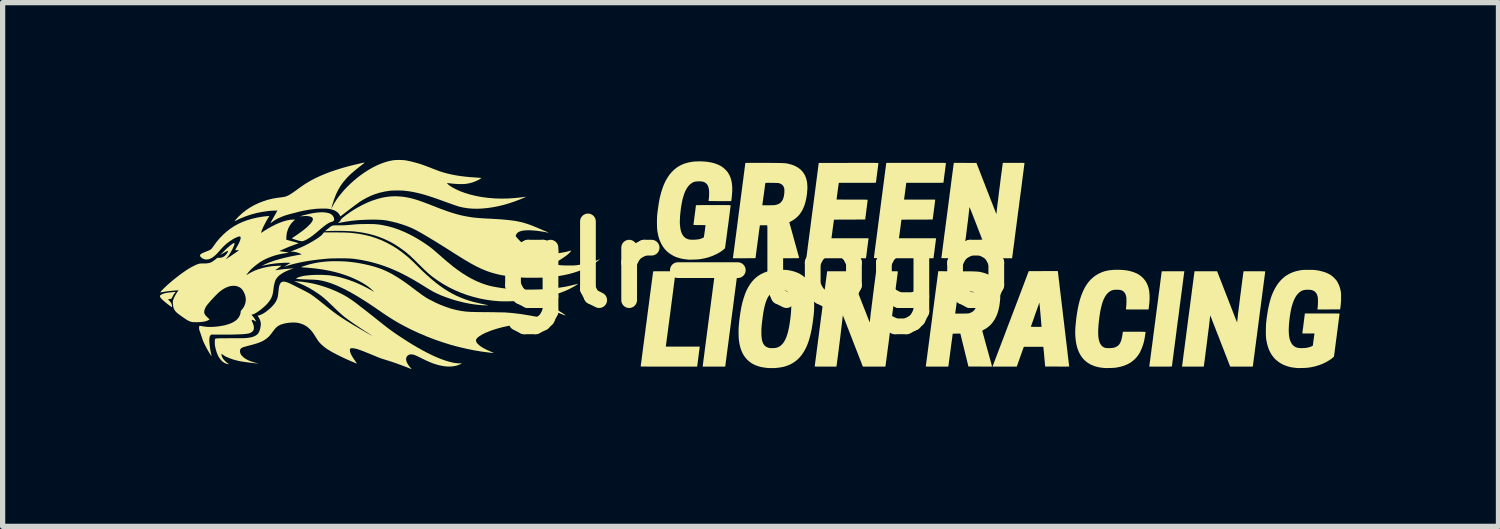
<source format=kicad_pcb>
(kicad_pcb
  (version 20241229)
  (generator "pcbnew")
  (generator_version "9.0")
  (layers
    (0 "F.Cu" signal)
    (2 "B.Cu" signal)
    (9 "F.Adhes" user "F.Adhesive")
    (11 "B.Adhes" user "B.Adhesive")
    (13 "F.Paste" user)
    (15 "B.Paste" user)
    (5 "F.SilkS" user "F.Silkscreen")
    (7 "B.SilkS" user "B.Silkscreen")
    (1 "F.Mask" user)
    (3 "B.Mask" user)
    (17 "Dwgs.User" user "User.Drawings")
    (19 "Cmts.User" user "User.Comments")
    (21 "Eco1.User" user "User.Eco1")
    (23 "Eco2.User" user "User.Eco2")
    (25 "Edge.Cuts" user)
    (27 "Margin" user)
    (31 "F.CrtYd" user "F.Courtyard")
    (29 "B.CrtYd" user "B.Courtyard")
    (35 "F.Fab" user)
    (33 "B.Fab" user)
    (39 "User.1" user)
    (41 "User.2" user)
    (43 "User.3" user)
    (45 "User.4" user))
  (footprint "glr-logo"
    (layer "F.Cu")
    (at 11.339 1.994)
    (property "Reference" "glr-logo" (at 0 0 0) (layer "F.SilkS") (effects (font (size 1.5 1.5) (thickness 0.3))))
    (attr board_only exclude_from_pos_files exclude_from_bom)
    (fp_poly (pts (xy -3.916 -0.604) (xy -3.918 -0.602) (xy -3.919 -0.604) (xy -3.918 -0.606)) (stroke (width 0) (type solid)) (fill yes) (layer "F.SilkS"))
    (fp_poly (pts (xy -3.975 0.748) (xy -3.923 0.777) (xy -3.874 0.804) (xy -3.828 0.83) (xy -3.785 0.854) (xy -3.746 0.877) (xy -3.711 0.897) (xy -3.681 0.915) (xy -3.656 0.931) (xy -3.637 0.944) (xy -3.623 0.953) (xy -3.618 0.957) (xy -3.611 0.964) (xy -3.61 0.968) (xy -3.614 0.968) (xy -3.624 0.966) (xy -3.64 0.96) (xy -3.652 0.956) (xy -3.665 0.951) (xy -3.683 0.944) (xy -3.705 0.935) (xy -3.729 0.926) (xy -3.753 0.916) (xy -3.758 0.914) (xy -3.823 0.887) (xy -3.883 0.864) (xy -3.94 0.844) (xy -3.994 0.827) (xy -4.047 0.813) (xy -4.1 0.8) (xy -4.154 0.789) (xy -4.168 0.787) (xy -4.191 0.783) (xy -4.212 0.781) (xy -4.234 0.778) (xy -4.259 0.777) (xy -4.288 0.776) (xy -4.305 0.775) (xy -4.388 0.773) (xy -4.226 0.736) (xy -4.064 0.699)) (stroke (width 0) (type solid)) (fill yes) (layer "F.SilkS"))
    (fp_poly (pts (xy -11.057 0.545) (xy -11.072 0.564) (xy -11.085 0.585) (xy -11.096 0.605) (xy -11.104 0.622) (xy -11.105 0.624) (xy -11.113 0.64) (xy -11.126 0.651) (xy -11.145 0.657) (xy -11.169 0.66) (xy -11.169 0.66) (xy -11.178 0.66) (xy -11.183 0.662) (xy -11.183 0.662) (xy -11.181 0.666) (xy -11.175 0.674) (xy -11.166 0.684) (xy -11.155 0.697) (xy -11.154 0.697) (xy -11.137 0.719) (xy -11.124 0.736) (xy -11.119 0.748) (xy -11.115 0.759) (xy -11.112 0.773) (xy -11.11 0.788) (xy -11.109 0.8) (xy -11.109 0.809) (xy -11.111 0.812) (xy -11.114 0.81) (xy -11.123 0.805) (xy -11.135 0.797) (xy -11.15 0.786) (xy -11.167 0.774) (xy -11.168 0.773) (xy -11.204 0.746) (xy -11.237 0.719) (xy -11.265 0.695) (xy -11.29 0.673) (xy -11.31 0.653) (xy -11.325 0.636) (xy -11.334 0.622) (xy -11.336 0.619) (xy -11.339 0.606) (xy -11.338 0.597) (xy -11.33 0.585) (xy -11.314 0.573) (xy -11.293 0.563) (xy -11.265 0.553) (xy -11.232 0.544) (xy -11.193 0.537) (xy -11.149 0.531) (xy -11.1 0.526) (xy -11.078 0.524) (xy -11.039 0.522)) (stroke (width 0) (type solid)) (fill yes) (layer "F.SilkS"))
    (fp_poly (pts (xy -0.398 0.128) (xy -0.377 0.128) (xy -0.36 0.129) (xy -0.347 0.129) (xy -0.338 0.129) (xy -0.332 0.13) (xy -0.328 0.131) (xy -0.326 0.132) (xy -0.325 0.133) (xy -0.325 0.133) (xy -0.326 0.137) (xy -0.327 0.148) (xy -0.329 0.166) (xy -0.332 0.189) (xy -0.336 0.218) (xy -0.34 0.252) (xy -0.345 0.291) (xy -0.351 0.335) (xy -0.357 0.383) (xy -0.364 0.434) (xy -0.371 0.489) (xy -0.379 0.548) (xy -0.387 0.608) (xy -0.395 0.672) (xy -0.403 0.737) (xy -0.412 0.804) (xy -0.421 0.872) (xy -0.43 0.941) (xy -0.439 1.01) (xy -0.448 1.08) (xy -0.457 1.149) (xy -0.466 1.218) (xy -0.475 1.286) (xy -0.484 1.352) (xy -0.492 1.417) (xy -0.5 1.479) (xy -0.508 1.54) (xy -0.516 1.597) (xy -0.523 1.651) (xy -0.53 1.702) (xy -0.536 1.749) (xy -0.541 1.791) (xy -0.546 1.829) (xy -0.551 1.862) (xy -0.554 1.889) (xy -0.557 1.911) (xy -0.559 1.927) (xy -0.56 1.936) (xy -0.561 1.938) (xy -0.563 1.946) (xy -0.776 1.946) (xy -0.99 1.946) (xy -0.99 1.936) (xy -0.99 1.932) (xy -0.988 1.921) (xy -0.986 1.903) (xy -0.983 1.879) (xy -0.979 1.849) (xy -0.975 1.814) (xy -0.969 1.773) (xy -0.963 1.727) (xy -0.957 1.677) (xy -0.95 1.622) (xy -0.942 1.563) (xy -0.934 1.5) (xy -0.925 1.434) (xy -0.916 1.365) (xy -0.907 1.293) (xy -0.897 1.218) (xy -0.887 1.141) (xy -0.877 1.062) (xy -0.872 1.028) (xy -0.754 0.129) (xy -0.54 0.128) (xy -0.495 0.128) (xy -0.457 0.128) (xy -0.425 0.128)) (stroke (width 0) (type solid)) (fill yes) (layer "F.SilkS"))
    (fp_poly (pts (xy -8.204 -0.995) (xy -8.16 -0.989) (xy -8.121 -0.98) (xy -8.089 -0.967) (xy -8.064 -0.951) (xy -8.044 -0.931) (xy -8.03 -0.908) (xy -8.021 -0.883) (xy -8.019 -0.864) (xy -8.019 -0.851) (xy -8.021 -0.843) (xy -8.025 -0.837) (xy -8.031 -0.831) (xy -8.044 -0.821) (xy -8.062 -0.815) (xy -8.069 -0.813) (xy -8.087 -0.807) (xy -8.105 -0.8) (xy -8.125 -0.79) (xy -8.146 -0.777) (xy -8.17 -0.761) (xy -8.197 -0.741) (xy -8.227 -0.718) (xy -8.261 -0.69) (xy -8.297 -0.66) (xy -8.337 -0.625) (xy -8.374 -0.595) (xy -8.406 -0.569) (xy -8.436 -0.546) (xy -8.463 -0.527) (xy -8.488 -0.51) (xy -8.512 -0.495) (xy -8.536 -0.481) (xy -8.56 -0.468) (xy -8.563 -0.467) (xy -8.585 -0.457) (xy -8.604 -0.45) (xy -8.62 -0.446) (xy -8.637 -0.445) (xy -8.655 -0.447) (xy -8.667 -0.449) (xy -8.684 -0.453) (xy -8.703 -0.458) (xy -8.723 -0.463) (xy -8.744 -0.47) (xy -8.765 -0.477) (xy -8.784 -0.483) (xy -8.8 -0.489) (xy -8.813 -0.494) (xy -8.821 -0.499) (xy -8.823 -0.501) (xy -8.823 -0.501) (xy -8.819 -0.504) (xy -8.81 -0.51) (xy -8.798 -0.519) (xy -8.782 -0.529) (xy -8.77 -0.537) (xy -8.713 -0.576) (xy -8.66 -0.614) (xy -8.612 -0.65) (xy -8.569 -0.684) (xy -8.531 -0.717) (xy -8.499 -0.748) (xy -8.472 -0.776) (xy -8.45 -0.803) (xy -8.435 -0.826) (xy -8.426 -0.847) (xy -8.423 -0.864) (xy -8.426 -0.881) (xy -8.436 -0.896) (xy -8.452 -0.907) (xy -8.475 -0.916) (xy -8.504 -0.922) (xy -8.539 -0.925) (xy -8.58 -0.925) (xy -8.586 -0.924) (xy -8.606 -0.923) (xy -8.626 -0.922) (xy -8.642 -0.921) (xy -8.653 -0.92) (xy -8.655 -0.92) (xy -8.673 -0.918) (xy -8.657 -0.924) (xy -8.648 -0.926) (xy -8.633 -0.931) (xy -8.615 -0.936) (xy -8.595 -0.941) (xy -8.579 -0.945) (xy -8.505 -0.963) (xy -8.435 -0.978) (xy -8.37 -0.988) (xy -8.309 -0.994) (xy -8.254 -0.997)) (stroke (width 0) (type solid)) (fill yes) (layer "F.SilkS"))
    (fp_poly (pts (xy -1.792 0.128) (xy -1.756 0.128) (xy -1.719 0.128) (xy -1.506 0.129) (xy -1.598 0.834) (xy -1.607 0.904) (xy -1.616 0.973) (xy -1.625 1.04) (xy -1.633 1.104) (xy -1.642 1.165) (xy -1.649 1.223) (xy -1.656 1.277) (xy -1.663 1.328) (xy -1.669 1.374) (xy -1.675 1.416) (xy -1.679 1.453) (xy -1.684 1.485) (xy -1.687 1.511) (xy -1.69 1.53) (xy -1.692 1.544) (xy -1.692 1.551) (xy -1.693 1.552) (xy -1.695 1.565) (xy -1.371 1.565) (xy -1.047 1.565) (xy -1.049 1.577) (xy -1.049 1.583) (xy -1.051 1.595) (xy -1.053 1.613) (xy -1.056 1.636) (xy -1.06 1.663) (xy -1.064 1.693) (xy -1.068 1.726) (xy -1.072 1.761) (xy -1.073 1.767) (xy -1.096 1.946) (xy -1.634 1.946) (xy -1.71 1.946) (xy -1.778 1.946) (xy -1.84 1.946) (xy -1.895 1.946) (xy -1.945 1.946) (xy -1.988 1.946) (xy -2.027 1.946) (xy -2.06 1.945) (xy -2.088 1.945) (xy -2.111 1.945) (xy -2.131 1.944) (xy -2.146 1.944) (xy -2.157 1.944) (xy -2.166 1.943) (xy -2.17 1.943) (xy -2.173 1.942) (xy -2.173 1.942) (xy -2.172 1.937) (xy -2.171 1.926) (xy -2.169 1.909) (xy -2.166 1.886) (xy -2.162 1.857) (xy -2.157 1.822) (xy -2.152 1.783) (xy -2.147 1.74) (xy -2.14 1.692) (xy -2.134 1.64) (xy -2.127 1.585) (xy -2.119 1.527) (xy -2.111 1.466) (xy -2.103 1.403) (xy -2.094 1.337) (xy -2.085 1.271) (xy -2.077 1.202) (xy -2.067 1.133) (xy -2.058 1.064) (xy -2.049 0.994) (xy -2.04 0.925) (xy -2.031 0.856) (xy -2.022 0.788) (xy -2.013 0.722) (xy -2.005 0.657) (xy -1.997 0.594) (xy -1.989 0.534) (xy -1.981 0.476) (xy -1.974 0.421) (xy -1.967 0.37) (xy -1.961 0.323) (xy -1.955 0.28) (xy -1.95 0.242) (xy -1.945 0.209) (xy -1.942 0.181) (xy -1.939 0.158) (xy -1.936 0.142) (xy -1.935 0.132) (xy -1.935 0.129) (xy -1.931 0.129) (xy -1.92 0.129) (xy -1.904 0.128) (xy -1.883 0.128) (xy -1.856 0.128) (xy -1.826 0.128)) (stroke (width 0) (type solid)) (fill yes) (layer "F.SilkS"))
    (fp_poly (pts (xy 8.191 0.139) (xy 8.191 0.144) (xy 8.189 0.155) (xy 8.187 0.173) (xy 8.183 0.197) (xy 8.18 0.226) (xy 8.175 0.261) (xy 8.17 0.3) (xy 8.164 0.344) (xy 8.158 0.392) (xy 8.151 0.444) (xy 8.144 0.5) (xy 8.136 0.558) (xy 8.128 0.619) (xy 8.12 0.682) (xy 8.111 0.748) (xy 8.102 0.814) (xy 8.094 0.883) (xy 8.085 0.952) (xy 8.076 1.021) (xy 8.066 1.09) (xy 8.057 1.16) (xy 8.048 1.228) (xy 8.04 1.296) (xy 8.031 1.362) (xy 8.023 1.427) (xy 8.014 1.489) (xy 8.007 1.549) (xy 7.999 1.606) (xy 7.992 1.66) (xy 7.986 1.71) (xy 7.98 1.757) (xy 7.974 1.799) (xy 7.969 1.836) (xy 7.965 1.869) (xy 7.962 1.896) (xy 7.959 1.917) (xy 7.957 1.932) (xy 7.956 1.94) (xy 7.956 1.942) (xy 7.953 1.943) (xy 7.946 1.944) (xy 7.934 1.945) (xy 7.917 1.945) (xy 7.894 1.946) (xy 7.864 1.946) (xy 7.829 1.946) (xy 7.787 1.946) (xy 7.74 1.946) (xy 7.524 1.946) (xy 7.526 1.933) (xy 7.527 1.928) (xy 7.528 1.917) (xy 7.53 1.899) (xy 7.533 1.876) (xy 7.537 1.847) (xy 7.542 1.812) (xy 7.547 1.773) (xy 7.553 1.729) (xy 7.559 1.681) (xy 7.566 1.629) (xy 7.573 1.574) (xy 7.581 1.516) (xy 7.589 1.455) (xy 7.597 1.391) (xy 7.605 1.326) (xy 7.614 1.259) (xy 7.623 1.191) (xy 7.632 1.122) (xy 7.641 1.053) (xy 7.65 0.984) (xy 7.659 0.914) (xy 7.668 0.846) (xy 7.677 0.778) (xy 7.686 0.712) (xy 7.694 0.647) (xy 7.702 0.585) (xy 7.71 0.525) (xy 7.718 0.468) (xy 7.725 0.414) (xy 7.731 0.363) (xy 7.737 0.317) (xy 7.743 0.274) (xy 7.748 0.237) (xy 7.752 0.204) (xy 7.755 0.177) (xy 7.758 0.156) (xy 7.76 0.14) (xy 7.761 0.131) (xy 7.762 0.129) (xy 7.765 0.129) (xy 7.775 0.129) (xy 7.791 0.128) (xy 7.812 0.128) (xy 7.839 0.128) (xy 7.869 0.128) (xy 7.902 0.128) (xy 7.939 0.128) (xy 7.977 0.128) (xy 7.977 0.128) (xy 8.193 0.128)) (stroke (width 0) (type solid)) (fill yes) (layer "F.SilkS"))
    (fp_poly (pts (xy 5.783 0.141) (xy 5.783 0.146) (xy 5.785 0.158) (xy 5.787 0.177) (xy 5.79 0.201) (xy 5.793 0.231) (xy 5.797 0.266) (xy 5.802 0.306) (xy 5.808 0.35) (xy 5.813 0.399) (xy 5.819 0.451) (xy 5.826 0.507) (xy 5.833 0.565) (xy 5.84 0.626) (xy 5.848 0.69) (xy 5.856 0.755) (xy 5.864 0.822) (xy 5.872 0.891) (xy 5.88 0.96) (xy 5.888 1.029) (xy 5.897 1.099) (xy 5.905 1.168) (xy 5.913 1.236) (xy 5.921 1.304) (xy 5.929 1.37) (xy 5.936 1.434) (xy 5.944 1.496) (xy 5.951 1.556) (xy 5.958 1.613) (xy 5.964 1.667) (xy 5.97 1.717) (xy 5.975 1.763) (xy 5.98 1.804) (xy 5.985 1.841) (xy 5.988 1.873) (xy 5.992 1.9) (xy 5.994 1.92) (xy 5.996 1.935) (xy 5.997 1.943) (xy 5.997 1.944) (xy 5.993 1.945) (xy 5.983 1.945) (xy 5.967 1.945) (xy 5.946 1.945) (xy 5.92 1.946) (xy 5.889 1.946) (xy 5.855 1.946) (xy 5.818 1.946) (xy 5.779 1.945) (xy 5.768 1.945) (xy 5.539 1.944) (xy 5.522 1.758) (xy 5.519 1.722) (xy 5.516 1.688) (xy 5.513 1.657) (xy 5.51 1.63) (xy 5.508 1.607) (xy 5.507 1.589) (xy 5.505 1.577) (xy 5.505 1.57) (xy 5.505 1.57) (xy 5.501 1.57) (xy 5.491 1.569) (xy 5.475 1.569) (xy 5.454 1.569) (xy 5.429 1.569) (xy 5.399 1.569) (xy 5.367 1.569) (xy 5.331 1.569) (xy 5.318 1.569) (xy 5.132 1.569) (xy 5.073 1.733) (xy 5.061 1.767) (xy 5.05 1.799) (xy 5.039 1.83) (xy 5.029 1.857) (xy 5.021 1.881) (xy 5.014 1.9) (xy 5.009 1.914) (xy 5.006 1.922) (xy 4.997 1.946) (xy 4.766 1.946) (xy 4.535 1.946) (xy 4.646 1.654) (xy 4.659 1.619) (xy 4.675 1.577) (xy 4.693 1.53) (xy 4.713 1.477) (xy 4.735 1.421) (xy 4.758 1.36) (xy 4.782 1.296) (xy 4.807 1.23) (xy 4.824 1.185) (xy 5.267 1.185) (xy 5.271 1.186) (xy 5.28 1.187) (xy 5.296 1.187) (xy 5.315 1.187) (xy 5.338 1.188) (xy 5.364 1.188) (xy 5.368 1.188) (xy 5.469 1.188) (xy 5.469 1.18) (xy 5.468 1.173) (xy 5.468 1.16) (xy 5.466 1.142) (xy 5.464 1.119) (xy 5.462 1.093) (xy 5.46 1.063) (xy 5.457 1.031) (xy 5.454 0.998) (xy 5.451 0.963) (xy 5.448 0.928) (xy 5.445 0.894) (xy 5.442 0.861) (xy 5.439 0.83) (xy 5.437 0.802) (xy 5.434 0.777) (xy 5.432 0.756) (xy 5.431 0.741) (xy 5.429 0.731) (xy 5.429 0.727) (xy 5.429 0.727) (xy 5.427 0.731) (xy 5.423 0.74) (xy 5.418 0.756) (xy 5.411 0.776) (xy 5.402 0.8) (xy 5.392 0.827) (xy 5.382 0.857) (xy 5.37 0.889) (xy 5.358 0.923) (xy 5.346 0.957) (xy 5.334 0.991) (xy 5.323 1.025) (xy 5.311 1.057) (xy 5.301 1.087) (xy 5.291 1.114) (xy 5.283 1.138) (xy 5.276 1.158) (xy 5.271 1.172) (xy 5.268 1.182) (xy 5.267 1.185) (xy 4.824 1.185) (xy 4.833 1.161) (xy 4.86 1.091) (xy 4.887 1.02) (xy 4.914 0.949) (xy 4.941 0.877) (xy 4.968 0.807) (xy 4.992 0.744) (xy 5.226 0.126) (xy 5.503 0.125) (xy 5.78 0.124)) (stroke (width 0) (type solid)) (fill yes) (layer "F.SilkS"))
    (fp_poly (pts (xy 0.532 0.101) (xy 0.562 0.102) (xy 0.589 0.102) (xy 0.611 0.104) (xy 0.627 0.105) (xy 0.696 0.118) (xy 0.76 0.135) (xy 0.819 0.157) (xy 0.872 0.184) (xy 0.92 0.215) (xy 0.964 0.252) (xy 1.002 0.294) (xy 1.035 0.341) (xy 1.064 0.394) (xy 1.087 0.451) (xy 1.107 0.515) (xy 1.121 0.583) (xy 1.125 0.607) (xy 1.129 0.644) (xy 1.132 0.687) (xy 1.134 0.733) (xy 1.135 0.782) (xy 1.134 0.832) (xy 1.132 0.881) (xy 1.128 0.929) (xy 1.127 0.945) (xy 1.115 1.046) (xy 1.102 1.14) (xy 1.088 1.227) (xy 1.071 1.308) (xy 1.052 1.383) (xy 1.032 1.453) (xy 1.009 1.518) (xy 0.984 1.577) (xy 0.956 1.631) (xy 0.926 1.681) (xy 0.894 1.727) (xy 0.859 1.769) (xy 0.83 1.799) (xy 0.783 1.84) (xy 0.732 1.875) (xy 0.678 1.905) (xy 0.619 1.929) (xy 0.556 1.949) (xy 0.489 1.962) (xy 0.417 1.971) (xy 0.396 1.973) (xy 0.371 1.974) (xy 0.344 1.974) (xy 0.317 1.974) (xy 0.291 1.974) (xy 0.268 1.973) (xy 0.255 1.973) (xy 0.187 1.965) (xy 0.125 1.954) (xy 0.068 1.939) (xy 0.016 1.92) (xy -0.032 1.897) (xy -0.076 1.87) (xy -0.116 1.838) (xy -0.141 1.815) (xy -0.176 1.776) (xy -0.206 1.734) (xy -0.232 1.689) (xy -0.254 1.638) (xy -0.273 1.583) (xy -0.287 1.523) (xy -0.297 1.47) (xy -0.3 1.445) (xy -0.303 1.414) (xy -0.305 1.379) (xy -0.306 1.341) (xy -0.307 1.302) (xy -0.307 1.299) (xy 0.128 1.299) (xy 0.129 1.354) (xy 0.134 1.403) (xy 0.141 1.445) (xy 0.152 1.482) (xy 0.167 1.513) (xy 0.185 1.539) (xy 0.206 1.559) (xy 0.232 1.575) (xy 0.261 1.586) (xy 0.277 1.59) (xy 0.291 1.592) (xy 0.31 1.593) (xy 0.332 1.594) (xy 0.356 1.593) (xy 0.377 1.592) (xy 0.396 1.59) (xy 0.406 1.589) (xy 0.442 1.578) (xy 0.476 1.561) (xy 0.507 1.537) (xy 0.535 1.508) (xy 0.561 1.472) (xy 0.585 1.429) (xy 0.606 1.38) (xy 0.625 1.324) (xy 0.641 1.262) (xy 0.646 1.238) (xy 0.657 1.187) (xy 0.666 1.133) (xy 0.674 1.077) (xy 0.682 1.022) (xy 0.688 0.966) (xy 0.693 0.912) (xy 0.696 0.859) (xy 0.698 0.81) (xy 0.699 0.765) (xy 0.698 0.724) (xy 0.696 0.689) (xy 0.694 0.669) (xy 0.685 0.626) (xy 0.673 0.588) (xy 0.658 0.557) (xy 0.639 0.531) (xy 0.617 0.511) (xy 0.59 0.496) (xy 0.559 0.485) (xy 0.559 0.485) (xy 0.538 0.482) (xy 0.513 0.48) (xy 0.485 0.48) (xy 0.458 0.481) (xy 0.433 0.483) (xy 0.414 0.487) (xy 0.377 0.499) (xy 0.344 0.517) (xy 0.315 0.541) (xy 0.287 0.571) (xy 0.282 0.577) (xy 0.263 0.606) (xy 0.245 0.637) (xy 0.229 0.673) (xy 0.214 0.713) (xy 0.2 0.758) (xy 0.187 0.808) (xy 0.175 0.864) (xy 0.164 0.926) (xy 0.154 0.994) (xy 0.146 1.057) (xy 0.141 1.101) (xy 0.136 1.139) (xy 0.133 1.173) (xy 0.131 1.203) (xy 0.129 1.231) (xy 0.128 1.258) (xy 0.128 1.286) (xy 0.128 1.299) (xy -0.307 1.299) (xy -0.307 1.263) (xy -0.306 1.226) (xy -0.305 1.193) (xy -0.304 1.184) (xy -0.301 1.153) (xy -0.298 1.118) (xy -0.294 1.078) (xy -0.289 1.037) (xy -0.284 0.996) (xy -0.278 0.956) (xy -0.273 0.919) (xy -0.269 0.897) (xy -0.252 0.803) (xy -0.232 0.715) (xy -0.208 0.634) (xy -0.182 0.558) (xy -0.153 0.49) (xy -0.12 0.427) (xy -0.084 0.37) (xy -0.045 0.319) (xy -0.002 0.273) (xy 0.044 0.233) (xy 0.075 0.211) (xy 0.124 0.181) (xy 0.176 0.156) (xy 0.232 0.136) (xy 0.292 0.12) (xy 0.357 0.108) (xy 0.372 0.105) (xy 0.389 0.104) (xy 0.412 0.102) (xy 0.439 0.101) (xy 0.469 0.101) (xy 0.5 0.101)) (stroke (width 0) (type solid)) (fill yes) (layer "F.SilkS"))
    (fp_poly (pts (xy 2.112 -1.938) (xy 2.157 -1.938) (xy 2.198 -1.938) (xy 2.233 -1.938) (xy 2.263 -1.938) (xy 2.288 -1.938) (xy 2.309 -1.937) (xy 2.326 -1.937) (xy 2.339 -1.937) (xy 2.349 -1.936) (xy 2.355 -1.936) (xy 2.359 -1.935) (xy 2.36 -1.935) (xy 2.359 -1.93) (xy 2.358 -1.919) (xy 2.356 -1.903) (xy 2.353 -1.881) (xy 2.35 -1.855) (xy 2.346 -1.826) (xy 2.342 -1.793) (xy 2.337 -1.758) (xy 2.336 -1.749) (xy 2.332 -1.714) (xy 2.327 -1.681) (xy 2.324 -1.65) (xy 2.32 -1.623) (xy 2.317 -1.6) (xy 2.315 -1.582) (xy 2.314 -1.57) (xy 2.313 -1.564) (xy 2.313 -1.563) (xy 2.312 -1.562) (xy 2.309 -1.562) (xy 2.304 -1.561) (xy 2.297 -1.56) (xy 2.286 -1.56) (xy 2.272 -1.559) (xy 2.254 -1.559) (xy 2.232 -1.559) (xy 2.205 -1.559) (xy 2.174 -1.558) (xy 2.136 -1.558) (xy 2.093 -1.558) (xy 2.044 -1.558) (xy 1.988 -1.558) (xy 1.959 -1.558) (xy 1.605 -1.558) (xy 1.603 -1.55) (xy 1.602 -1.545) (xy 1.601 -1.534) (xy 1.599 -1.518) (xy 1.596 -1.498) (xy 1.592 -1.474) (xy 1.589 -1.447) (xy 1.585 -1.419) (xy 1.581 -1.39) (xy 1.577 -1.361) (xy 1.574 -1.333) (xy 1.57 -1.308) (xy 1.567 -1.285) (xy 1.565 -1.266) (xy 1.563 -1.251) (xy 1.562 -1.243) (xy 1.562 -1.24) (xy 1.565 -1.24) (xy 1.575 -1.24) (xy 1.592 -1.239) (xy 1.614 -1.239) (xy 1.64 -1.239) (xy 1.672 -1.239) (xy 1.707 -1.238) (xy 1.746 -1.238) (xy 1.788 -1.238) (xy 1.833 -1.238) (xy 1.858 -1.238) (xy 1.911 -1.238) (xy 1.958 -1.238) (xy 1.998 -1.238) (xy 2.032 -1.238) (xy 2.061 -1.238) (xy 2.085 -1.238) (xy 2.105 -1.237) (xy 2.12 -1.237) (xy 2.132 -1.237) (xy 2.141 -1.236) (xy 2.147 -1.235) (xy 2.151 -1.235) (xy 2.153 -1.234) (xy 2.154 -1.233) (xy 2.155 -1.232) (xy 2.154 -1.227) (xy 2.153 -1.216) (xy 2.151 -1.199) (xy 2.148 -1.177) (xy 2.145 -1.151) (xy 2.141 -1.121) (xy 2.137 -1.089) (xy 2.132 -1.054) (xy 2.131 -1.045) (xy 2.127 -1.009) (xy 2.123 -0.976) (xy 2.119 -0.946) (xy 2.115 -0.919) (xy 2.112 -0.897) (xy 2.11 -0.879) (xy 2.109 -0.867) (xy 2.108 -0.861) (xy 2.108 -0.86) (xy 2.104 -0.86) (xy 2.094 -0.859) (xy 2.077 -0.859) (xy 2.055 -0.858) (xy 2.026 -0.858) (xy 1.992 -0.858) (xy 1.953 -0.858) (xy 1.91 -0.857) (xy 1.863 -0.857) (xy 1.812 -0.857) (xy 1.81 -0.857) (xy 1.764 -0.857) (xy 1.721 -0.857) (xy 1.68 -0.857) (xy 1.642 -0.857) (xy 1.608 -0.857) (xy 1.578 -0.856) (xy 1.553 -0.856) (xy 1.534 -0.856) (xy 1.52 -0.856) (xy 1.513 -0.855) (xy 1.511 -0.855) (xy 1.511 -0.851) (xy 1.51 -0.841) (xy 1.508 -0.825) (xy 1.505 -0.805) (xy 1.502 -0.781) (xy 1.498 -0.754) (xy 1.494 -0.725) (xy 1.49 -0.695) (xy 1.486 -0.665) (xy 1.482 -0.635) (xy 1.479 -0.607) (xy 1.475 -0.581) (xy 1.472 -0.558) (xy 1.469 -0.539) (xy 1.468 -0.525) (xy 1.466 -0.516) (xy 1.466 -0.515) (xy 1.464 -0.501) (xy 1.818 -0.501) (xy 2.172 -0.501) (xy 2.171 -0.492) (xy 2.17 -0.486) (xy 2.168 -0.474) (xy 2.166 -0.457) (xy 2.163 -0.434) (xy 2.16 -0.408) (xy 2.156 -0.378) (xy 2.152 -0.345) (xy 2.147 -0.311) (xy 2.143 -0.276) (xy 2.139 -0.244) (xy 2.135 -0.214) (xy 2.132 -0.187) (xy 2.129 -0.165) (xy 2.126 -0.147) (xy 2.125 -0.136) (xy 2.124 -0.13) (xy 2.122 -0.12) (xy 1.554 -0.12) (xy 0.987 -0.12) (xy 0.987 -0.13) (xy 0.987 -0.135) (xy 0.989 -0.146) (xy 0.991 -0.164) (xy 0.994 -0.188) (xy 0.998 -0.217) (xy 1.002 -0.253) (xy 1.008 -0.294) (xy 1.013 -0.339) (xy 1.02 -0.39) (xy 1.027 -0.445) (xy 1.035 -0.504) (xy 1.043 -0.566) (xy 1.052 -0.632) (xy 1.061 -0.702) (xy 1.07 -0.774) (xy 1.08 -0.849) (xy 1.09 -0.926) (xy 1.1 -1.004) (xy 1.105 -1.039) (xy 1.222 -1.937) (xy 1.791 -1.938) (xy 1.868 -1.938) (xy 1.939 -1.938) (xy 2.003 -1.938) (xy 2.06 -1.938)) (stroke (width 0) (type solid)) (fill yes) (layer "F.SilkS"))
    (fp_poly (pts (xy -8.026 -0.613) (xy -7.97 -0.613) (xy -7.92 -0.612) (xy -7.876 -0.612) (xy -7.837 -0.611) (xy -7.801 -0.61) (xy -7.768 -0.608) (xy -7.737 -0.607) (xy -7.707 -0.604) (xy -7.677 -0.602) (xy -7.659 -0.6) (xy -7.544 -0.585) (xy -7.432 -0.564) (xy -7.323 -0.537) (xy -7.218 -0.503) (xy -7.115 -0.463) (xy -7.015 -0.416) (xy -6.916 -0.363) (xy -6.82 -0.303) (xy -6.726 -0.236) (xy -6.637 -0.165) (xy -6.614 -0.146) (xy -6.592 -0.127) (xy -6.57 -0.107) (xy -6.548 -0.086) (xy -6.524 -0.064) (xy -6.498 -0.039) (xy -6.469 -0.01) (xy -6.436 0.022) (xy -6.412 0.046) (xy -6.327 0.13) (xy -6.244 0.207) (xy -6.163 0.278) (xy -6.083 0.344) (xy -6.005 0.403) (xy -5.927 0.458) (xy -5.849 0.507) (xy -5.771 0.552) (xy -5.693 0.592) (xy -5.613 0.627) (xy -5.532 0.659) (xy -5.449 0.687) (xy -5.372 0.71) (xy -5.343 0.717) (xy -5.31 0.725) (xy -5.272 0.734) (xy -5.233 0.743) (xy -5.193 0.752) (xy -5.154 0.76) (xy -5.127 0.766) (xy -5.109 0.769) (xy -5.094 0.772) (xy -5.083 0.775) (xy -5.078 0.776) (xy -5.077 0.777) (xy -5.08 0.777) (xy -5.088 0.777) (xy -5.101 0.778) (xy -5.118 0.777) (xy -5.136 0.777) (xy -5.154 0.777) (xy -5.171 0.776) (xy -5.186 0.776) (xy -5.267 0.769) (xy -5.352 0.759) (xy -5.441 0.745) (xy -5.531 0.727) (xy -5.622 0.705) (xy -5.713 0.681) (xy -5.801 0.653) (xy -5.887 0.623) (xy -5.945 0.601) (xy -5.995 0.581) (xy -6.041 0.56) (xy -6.084 0.54) (xy -6.127 0.518) (xy -6.17 0.494) (xy -6.215 0.467) (xy -6.264 0.437) (xy -6.279 0.428) (xy -6.388 0.36) (xy -6.493 0.298) (xy -6.595 0.241) (xy -6.693 0.189) (xy -6.79 0.141) (xy -6.884 0.099) (xy -6.978 0.06) (xy -7.07 0.026) (xy -7.162 -0.005) (xy -7.255 -0.032) (xy -7.304 -0.045) (xy -7.394 -0.066) (xy -7.483 -0.084) (xy -7.57 -0.099) (xy -7.653 -0.11) (xy -7.699 -0.114) (xy -7.719 -0.115) (xy -7.745 -0.116) (xy -7.776 -0.117) (xy -7.811 -0.118) (xy -7.849 -0.118) (xy -7.889 -0.118) (xy -7.929 -0.118) (xy -7.969 -0.118) (xy -8.007 -0.117) (xy -8.043 -0.117) (xy -8.075 -0.116) (xy -8.102 -0.115) (xy -8.119 -0.114) (xy -8.224 -0.105) (xy -8.327 -0.094) (xy -8.428 -0.081) (xy -8.527 -0.066) (xy -8.621 -0.049) (xy -8.712 -0.03) (xy -8.797 -0.01) (xy -8.877 0.013) (xy -8.921 0.026) (xy -8.937 0.032) (xy -8.951 0.036) (xy -8.96 0.039) (xy -8.965 0.04) (xy -8.965 0.04) (xy -8.963 0.037) (xy -8.955 0.032) (xy -8.944 0.025) (xy -8.93 0.017) (xy -8.915 0.007) (xy -8.899 -0.002) (xy -8.884 -0.011) (xy -8.873 -0.017) (xy -8.85 -0.03) (xy -8.864 -0.032) (xy -8.876 -0.033) (xy -8.895 -0.034) (xy -8.918 -0.034) (xy -8.945 -0.034) (xy -8.973 -0.033) (xy -9.003 -0.032) (xy -9.027 -0.03) (xy -9.083 -0.026) (xy -9.138 -0.021) (xy -9.191 -0.014) (xy -9.242 -0.007) (xy -9.288 0.002) (xy -9.33 0.011) (xy -9.367 0.02) (xy -9.392 0.029) (xy -9.395 0.029) (xy -9.393 0.028) (xy -9.387 0.023) (xy -9.378 0.018) (xy -9.365 0.011) (xy -9.352 0.003) (xy -9.337 -0.004) (xy -9.323 -0.011) (xy -9.323 -0.011) (xy -9.277 -0.031) (xy -9.224 -0.051) (xy -9.166 -0.072) (xy -9.101 -0.091) (xy -9.033 -0.11) (xy -8.96 -0.129) (xy -8.883 -0.147) (xy -8.804 -0.163) (xy -8.722 -0.179) (xy -8.705 -0.182) (xy -8.684 -0.185) (xy -8.666 -0.189) (xy -8.652 -0.191) (xy -8.643 -0.193) (xy -8.639 -0.194) (xy -8.641 -0.196) (xy -8.648 -0.201) (xy -8.66 -0.206) (xy -8.673 -0.212) (xy -8.688 -0.219) (xy -8.703 -0.224) (xy -8.709 -0.226) (xy -8.744 -0.236) (xy -8.781 -0.243) (xy -8.816 -0.246) (xy -8.825 -0.246) (xy -8.852 -0.246) (xy -8.802 -0.266) (xy -8.735 -0.292) (xy -8.673 -0.318) (xy -8.616 -0.343) (xy -8.562 -0.369) (xy -8.509 -0.397) (xy -8.457 -0.426) (xy -8.424 -0.445) (xy -8.385 -0.469) (xy -8.352 -0.489) (xy -8.325 -0.508) (xy -8.301 -0.524) (xy -8.281 -0.54) (xy -8.264 -0.554) (xy -8.249 -0.569) (xy -8.236 -0.584) (xy -8.229 -0.593) (xy -8.214 -0.613)) (stroke (width 0) (type solid)) (fill yes) (layer "F.SilkS"))
    (fp_poly (pts (xy -7.353 -0.773) (xy -7.316 -0.772) (xy -7.283 -0.772) (xy -7.254 -0.771) (xy -7.228 -0.769) (xy -7.203 -0.767) (xy -7.178 -0.764) (xy -7.153 -0.761) (xy -7.126 -0.757) (xy -7.096 -0.752) (xy -7.092 -0.751) (xy -6.992 -0.73) (xy -6.89 -0.702) (xy -6.788 -0.667) (xy -6.684 -0.624) (xy -6.58 -0.575) (xy -6.474 -0.518) (xy -6.368 -0.455) (xy -6.275 -0.394) (xy -6.253 -0.379) (xy -6.232 -0.364) (xy -6.212 -0.35) (xy -6.192 -0.335) (xy -6.172 -0.32) (xy -6.152 -0.303) (xy -6.129 -0.285) (xy -6.105 -0.264) (xy -6.077 -0.241) (xy -6.046 -0.214) (xy -6.011 -0.183) (xy -5.986 -0.162) (xy -5.939 -0.12) (xy -5.896 -0.083) (xy -5.857 -0.05) (xy -5.821 -0.021) (xy -5.789 0.006) (xy -5.759 0.031) (xy -5.73 0.053) (xy -5.702 0.074) (xy -5.675 0.094) (xy -5.666 0.101) (xy -5.573 0.166) (xy -5.48 0.224) (xy -5.389 0.275) (xy -5.298 0.319) (xy -5.209 0.356) (xy -5.121 0.386) (xy -5.051 0.406) (xy -4.972 0.423) (xy -4.889 0.438) (xy -4.8 0.451) (xy -4.706 0.461) (xy -4.607 0.469) (xy -4.501 0.474) (xy -4.39 0.477) (xy -4.291 0.478) (xy -4.199 0.477) (xy -4.113 0.475) (xy -4.032 0.472) (xy -3.954 0.467) (xy -3.879 0.46) (xy -3.805 0.452) (xy -3.732 0.442) (xy -3.657 0.431) (xy -3.6 0.421) (xy -3.581 0.417) (xy -3.558 0.412) (xy -3.532 0.406) (xy -3.505 0.4) (xy -3.477 0.394) (xy -3.45 0.387) (xy -3.425 0.381) (xy -3.403 0.376) (xy -3.386 0.371) (xy -3.374 0.367) (xy -3.371 0.366) (xy -3.366 0.365) (xy -3.368 0.367) (xy -3.37 0.369) (xy -3.38 0.378) (xy -3.396 0.389) (xy -3.416 0.402) (xy -3.44 0.416) (xy -3.468 0.432) (xy -3.497 0.447) (xy -3.527 0.463) (xy -3.557 0.478) (xy -3.586 0.491) (xy -3.614 0.503) (xy -3.625 0.508) (xy -3.703 0.538) (xy -3.788 0.565) (xy -3.877 0.591) (xy -3.97 0.614) (xy -4.067 0.635) (xy -4.165 0.654) (xy -4.166 0.654) (xy -4.235 0.665) (xy -4.309 0.674) (xy -4.384 0.683) (xy -4.461 0.689) (xy -4.538 0.695) (xy -4.614 0.699) (xy -4.688 0.701) (xy -4.758 0.702) (xy -4.824 0.701) (xy -4.875 0.699) (xy -5.001 0.688) (xy -5.125 0.67) (xy -5.248 0.646) (xy -5.37 0.615) (xy -5.489 0.579) (xy -5.605 0.536) (xy -5.719 0.488) (xy -5.829 0.434) (xy -5.935 0.374) (xy -6.037 0.309) (xy -6.135 0.239) (xy -6.137 0.237) (xy -6.162 0.218) (xy -6.186 0.199) (xy -6.21 0.178) (xy -6.236 0.155) (xy -6.263 0.13) (xy -6.293 0.102) (xy -6.325 0.071) (xy -6.361 0.036) (xy -6.401 -0.004) (xy -6.412 -0.014) (xy -6.449 -0.052) (xy -6.482 -0.084) (xy -6.512 -0.113) (xy -6.539 -0.139) (xy -6.563 -0.162) (xy -6.586 -0.182) (xy -6.609 -0.202) (xy -6.631 -0.22) (xy -6.654 -0.239) (xy -6.678 -0.258) (xy -6.768 -0.323) (xy -6.86 -0.383) (xy -6.954 -0.436) (xy -7.051 -0.482) (xy -7.15 -0.522) (xy -7.252 -0.557) (xy -7.358 -0.585) (xy -7.468 -0.608) (xy -7.581 -0.624) (xy -7.636 -0.631) (xy -7.67 -0.633) (xy -7.71 -0.636) (xy -7.755 -0.638) (xy -7.803 -0.64) (xy -7.854 -0.641) (xy -7.906 -0.642) (xy -7.958 -0.642) (xy -8.009 -0.642) (xy -8.057 -0.641) (xy -8.102 -0.64) (xy -8.139 -0.639) (xy -8.157 -0.638) (xy -8.173 -0.637) (xy -8.185 -0.636) (xy -8.191 -0.636) (xy -8.192 -0.636) (xy -8.19 -0.638) (xy -8.183 -0.644) (xy -8.172 -0.653) (xy -8.159 -0.664) (xy -8.145 -0.676) (xy -8.13 -0.688) (xy -8.115 -0.699) (xy -8.103 -0.71) (xy -8.092 -0.718) (xy -8.086 -0.722) (xy -8.077 -0.728) (xy -8.069 -0.734) (xy -8.061 -0.738) (xy -8.053 -0.741) (xy -8.043 -0.743) (xy -8.03 -0.745) (xy -8.014 -0.746) (xy -7.994 -0.747) (xy -7.969 -0.747) (xy -7.938 -0.747) (xy -7.925 -0.747) (xy -7.891 -0.748) (xy -7.86 -0.748) (xy -7.832 -0.749) (xy -7.804 -0.75) (xy -7.776 -0.752) (xy -7.745 -0.754) (xy -7.71 -0.757) (xy -7.677 -0.76) (xy -7.643 -0.763) (xy -7.613 -0.766) (xy -7.588 -0.768) (xy -7.564 -0.769) (xy -7.542 -0.771) (xy -7.519 -0.771) (xy -7.494 -0.772) (xy -7.467 -0.772) (xy -7.434 -0.772) (xy -7.397 -0.773)) (stroke (width 0) (type solid)) (fill yes) (layer "F.SilkS"))
    (fp_poly (pts (xy 6.963 0.1) (xy 7.039 0.105) (xy 7.109 0.114) (xy 7.174 0.129) (xy 7.233 0.148) (xy 7.288 0.171) (xy 7.337 0.2) (xy 7.38 0.233) (xy 7.418 0.271) (xy 7.451 0.313) (xy 7.478 0.36) (xy 7.5 0.412) (xy 7.508 0.438) (xy 7.519 0.485) (xy 7.526 0.538) (xy 7.53 0.596) (xy 7.53 0.659) (xy 7.526 0.726) (xy 7.518 0.797) (xy 7.512 0.844) (xy 7.509 0.857) (xy 7.294 0.857) (xy 7.249 0.857) (xy 7.211 0.857) (xy 7.179 0.857) (xy 7.153 0.857) (xy 7.131 0.857) (xy 7.115 0.856) (xy 7.102 0.856) (xy 7.092 0.855) (xy 7.086 0.855) (xy 7.082 0.854) (xy 7.08 0.853) (xy 7.079 0.852) (xy 7.079 0.851) (xy 7.079 0.845) (xy 7.08 0.834) (xy 7.082 0.818) (xy 7.084 0.801) (xy 7.084 0.8) (xy 7.087 0.772) (xy 7.088 0.742) (xy 7.089 0.711) (xy 7.089 0.68) (xy 7.088 0.652) (xy 7.087 0.628) (xy 7.084 0.61) (xy 7.074 0.575) (xy 7.06 0.545) (xy 7.042 0.522) (xy 7.02 0.504) (xy 7.009 0.498) (xy 6.991 0.49) (xy 6.971 0.485) (xy 6.949 0.482) (xy 6.923 0.48) (xy 6.901 0.48) (xy 6.87 0.481) (xy 6.843 0.484) (xy 6.82 0.49) (xy 6.798 0.498) (xy 6.787 0.504) (xy 6.757 0.523) (xy 6.729 0.548) (xy 6.703 0.579) (xy 6.679 0.615) (xy 6.657 0.658) (xy 6.637 0.707) (xy 6.62 0.762) (xy 6.604 0.824) (xy 6.59 0.892) (xy 6.578 0.967) (xy 6.572 1.01) (xy 6.563 1.086) (xy 6.556 1.156) (xy 6.552 1.22) (xy 6.55 1.276) (xy 6.55 1.327) (xy 6.553 1.37) (xy 6.554 1.384) (xy 6.562 1.431) (xy 6.573 1.472) (xy 6.588 1.507) (xy 6.606 1.536) (xy 6.628 1.559) (xy 6.653 1.576) (xy 6.682 1.588) (xy 6.694 1.591) (xy 6.708 1.593) (xy 6.727 1.593) (xy 6.749 1.594) (xy 6.773 1.593) (xy 6.798 1.592) (xy 6.82 1.59) (xy 6.839 1.588) (xy 6.85 1.585) (xy 6.881 1.575) (xy 6.908 1.561) (xy 6.931 1.544) (xy 6.951 1.523) (xy 6.968 1.497) (xy 6.982 1.466) (xy 6.994 1.43) (xy 7.004 1.387) (xy 7.012 1.341) (xy 7.015 1.324) (xy 7.017 1.308) (xy 7.019 1.296) (xy 7.02 1.291) (xy 7.022 1.281) (xy 7.237 1.281) (xy 7.282 1.281) (xy 7.32 1.281) (xy 7.352 1.281) (xy 7.378 1.282) (xy 7.4 1.282) (xy 7.417 1.282) (xy 7.429 1.283) (xy 7.439 1.283) (xy 7.445 1.284) (xy 7.449 1.285) (xy 7.452 1.286) (xy 7.452 1.287) (xy 7.452 1.288) (xy 7.452 1.296) (xy 7.45 1.31) (xy 7.448 1.329) (xy 7.444 1.35) (xy 7.441 1.373) (xy 7.437 1.396) (xy 7.433 1.419) (xy 7.429 1.438) (xy 7.426 1.454) (xy 7.426 1.456) (xy 7.413 1.505) (xy 7.397 1.554) (xy 7.379 1.602) (xy 7.359 1.647) (xy 7.339 1.687) (xy 7.33 1.702) (xy 7.294 1.753) (xy 7.254 1.798) (xy 7.209 1.838) (xy 7.161 1.873) (xy 7.107 1.902) (xy 7.048 1.927) (xy 6.985 1.946) (xy 6.916 1.961) (xy 6.885 1.966) (xy 6.87 1.968) (xy 6.849 1.969) (xy 6.825 1.971) (xy 6.798 1.972) (xy 6.77 1.973) (xy 6.743 1.973) (xy 6.717 1.974) (xy 6.695 1.974) (xy 6.677 1.973) (xy 6.667 1.973) (xy 6.619 1.967) (xy 6.576 1.961) (xy 6.538 1.953) (xy 6.503 1.944) (xy 6.469 1.933) (xy 6.436 1.919) (xy 6.408 1.907) (xy 6.358 1.878) (xy 6.312 1.844) (xy 6.271 1.805) (xy 6.234 1.76) (xy 6.203 1.71) (xy 6.176 1.655) (xy 6.153 1.595) (xy 6.136 1.529) (xy 6.123 1.457) (xy 6.116 1.386) (xy 6.113 1.342) (xy 6.112 1.297) (xy 6.113 1.25) (xy 6.115 1.199) (xy 6.12 1.145) (xy 6.126 1.086) (xy 6.133 1.021) (xy 6.143 0.951) (xy 6.159 0.853) (xy 6.178 0.761) (xy 6.2 0.676) (xy 6.225 0.597) (xy 6.254 0.525) (xy 6.285 0.458) (xy 6.32 0.397) (xy 6.359 0.342) (xy 6.401 0.293) (xy 6.447 0.25) (xy 6.496 0.212) (xy 6.548 0.18) (xy 6.605 0.153) (xy 6.627 0.144) (xy 6.671 0.129) (xy 6.716 0.118) (xy 6.764 0.109) (xy 6.816 0.104) (xy 6.873 0.1) (xy 6.883 0.1)) (stroke (width 0) (type solid)) (fill yes) (layer "F.SilkS"))
    (fp_poly (pts (xy 1.598 0.128) (xy 1.814 0.129) (xy 2.003 0.617) (xy 2.025 0.673) (xy 2.046 0.728) (xy 2.067 0.781) (xy 2.086 0.83) (xy 2.105 0.877) (xy 2.122 0.921) (xy 2.137 0.961) (xy 2.151 0.996) (xy 2.163 1.027) (xy 2.174 1.054) (xy 2.182 1.075) (xy 2.188 1.09) (xy 2.192 1.1) (xy 2.194 1.103) (xy 2.194 1.103) (xy 2.194 1.099) (xy 2.196 1.089) (xy 2.198 1.074) (xy 2.2 1.054) (xy 2.203 1.03) (xy 2.205 1.004) (xy 2.207 0.989) (xy 2.209 0.974) (xy 2.211 0.953) (xy 2.214 0.926) (xy 2.218 0.895) (xy 2.223 0.859) (xy 2.228 0.819) (xy 2.233 0.775) (xy 2.239 0.73) (xy 2.245 0.682) (xy 2.251 0.633) (xy 2.257 0.583) (xy 2.264 0.532) (xy 2.27 0.483) (xy 2.276 0.434) (xy 2.282 0.387) (xy 2.288 0.342) (xy 2.294 0.3) (xy 2.299 0.261) (xy 2.303 0.227) (xy 2.307 0.197) (xy 2.311 0.172) (xy 2.313 0.154) (xy 2.315 0.142) (xy 2.315 0.141) (xy 2.317 0.128) (xy 2.523 0.128) (xy 2.567 0.128) (xy 2.604 0.128) (xy 2.635 0.128) (xy 2.661 0.128) (xy 2.681 0.128) (xy 2.697 0.128) (xy 2.709 0.129) (xy 2.718 0.13) (xy 2.724 0.13) (xy 2.727 0.131) (xy 2.729 0.132) (xy 2.73 0.133) (xy 2.73 0.134) (xy 2.729 0.138) (xy 2.728 0.149) (xy 2.726 0.166) (xy 2.723 0.189) (xy 2.719 0.218) (xy 2.715 0.252) (xy 2.71 0.292) (xy 2.704 0.335) (xy 2.698 0.383) (xy 2.691 0.435) (xy 2.684 0.49) (xy 2.676 0.548) (xy 2.668 0.609) (xy 2.66 0.672) (xy 2.652 0.738) (xy 2.643 0.804) (xy 2.634 0.873) (xy 2.625 0.941) (xy 2.616 1.011) (xy 2.607 1.08) (xy 2.598 1.15) (xy 2.589 1.219) (xy 2.58 1.286) (xy 2.571 1.353) (xy 2.563 1.418) (xy 2.555 1.48) (xy 2.547 1.54) (xy 2.539 1.598) (xy 2.532 1.652) (xy 2.526 1.703) (xy 2.519 1.749) (xy 2.514 1.792) (xy 2.509 1.83) (xy 2.504 1.862) (xy 2.501 1.89) (xy 2.498 1.911) (xy 2.496 1.927) (xy 2.495 1.936) (xy 2.494 1.938) (xy 2.492 1.946) (xy 2.277 1.946) (xy 2.063 1.946) (xy 1.878 1.471) (xy 1.852 1.403) (xy 1.828 1.341) (xy 1.806 1.285) (xy 1.787 1.235) (xy 1.769 1.191) (xy 1.754 1.152) (xy 1.74 1.117) (xy 1.729 1.087) (xy 1.719 1.062) (xy 1.71 1.04) (xy 1.703 1.022) (xy 1.697 1.007) (xy 1.692 0.995) (xy 1.689 0.986) (xy 1.686 0.979) (xy 1.684 0.975) (xy 1.682 0.972) (xy 1.681 0.97) (xy 1.681 0.97) (xy 1.681 0.971) (xy 1.681 0.971) (xy 1.68 0.981) (xy 1.678 0.998) (xy 1.675 1.021) (xy 1.672 1.049) (xy 1.668 1.082) (xy 1.664 1.119) (xy 1.659 1.16) (xy 1.654 1.204) (xy 1.648 1.251) (xy 1.642 1.3) (xy 1.636 1.35) (xy 1.63 1.402) (xy 1.623 1.454) (xy 1.617 1.506) (xy 1.61 1.557) (xy 1.604 1.608) (xy 1.598 1.657) (xy 1.592 1.703) (xy 1.586 1.748) (xy 1.581 1.788) (xy 1.576 1.825) (xy 1.571 1.858) (xy 1.568 1.886) (xy 1.564 1.909) (xy 1.562 1.926) (xy 1.56 1.936) (xy 1.56 1.938) (xy 1.558 1.946) (xy 1.351 1.946) (xy 1.314 1.946) (xy 1.278 1.946) (xy 1.245 1.946) (xy 1.216 1.946) (xy 1.191 1.946) (xy 1.171 1.945) (xy 1.156 1.945) (xy 1.147 1.945) (xy 1.145 1.945) (xy 1.145 1.941) (xy 1.147 1.93) (xy 1.149 1.914) (xy 1.152 1.891) (xy 1.155 1.862) (xy 1.16 1.828) (xy 1.165 1.789) (xy 1.171 1.746) (xy 1.177 1.698) (xy 1.183 1.647) (xy 1.191 1.592) (xy 1.198 1.534) (xy 1.206 1.474) (xy 1.214 1.411) (xy 1.223 1.346) (xy 1.231 1.279) (xy 1.24 1.211) (xy 1.249 1.142) (xy 1.258 1.073) (xy 1.267 1.004) (xy 1.277 0.934) (xy 1.285 0.866) (xy 1.294 0.798) (xy 1.303 0.731) (xy 1.312 0.667) (xy 1.32 0.604) (xy 1.328 0.544) (xy 1.335 0.486) (xy 1.342 0.432) (xy 1.349 0.381) (xy 1.355 0.334) (xy 1.361 0.291) (xy 1.366 0.253) (xy 1.37 0.22) (xy 1.374 0.192) (xy 1.377 0.17) (xy 1.379 0.153) (xy 1.38 0.144) (xy 1.38 0.141) (xy 1.383 0.128)) (stroke (width 0) (type solid)) (fill yes) (layer "F.SilkS"))
    (fp_poly (pts (xy 4.013 -1.938) (xy 4.229 -1.937) (xy 4.418 -1.45) (xy 4.44 -1.393) (xy 4.462 -1.338) (xy 4.482 -1.286) (xy 4.501 -1.236) (xy 4.52 -1.189) (xy 4.537 -1.146) (xy 4.552 -1.106) (xy 4.566 -1.07) (xy 4.579 -1.039) (xy 4.589 -1.013) (xy 4.597 -0.992) (xy 4.603 -0.976) (xy 4.607 -0.966) (xy 4.609 -0.963) (xy 4.609 -0.963) (xy 4.609 -0.967) (xy 4.611 -0.977) (xy 4.613 -0.992) (xy 4.615 -1.012) (xy 4.617 -1.036) (xy 4.62 -1.063) (xy 4.622 -1.08) (xy 4.624 -1.094) (xy 4.626 -1.115) (xy 4.629 -1.142) (xy 4.633 -1.173) (xy 4.638 -1.209) (xy 4.643 -1.248) (xy 4.648 -1.291) (xy 4.653 -1.336) (xy 4.659 -1.383) (xy 4.665 -1.431) (xy 4.672 -1.48) (xy 4.678 -1.53) (xy 4.684 -1.579) (xy 4.69 -1.627) (xy 4.696 -1.674) (xy 4.702 -1.718) (xy 4.708 -1.76) (xy 4.713 -1.799) (xy 4.717 -1.833) (xy 4.721 -1.864) (xy 4.725 -1.889) (xy 4.727 -1.909) (xy 4.729 -1.922) (xy 4.73 -1.927) (xy 4.732 -1.939) (xy 4.939 -1.939) (xy 4.984 -1.939) (xy 5.023 -1.939) (xy 5.055 -1.939) (xy 5.082 -1.938) (xy 5.103 -1.938) (xy 5.12 -1.938) (xy 5.131 -1.937) (xy 5.139 -1.936) (xy 5.144 -1.936) (xy 5.145 -1.935) (xy 5.145 -1.931) (xy 5.143 -1.92) (xy 5.141 -1.903) (xy 5.138 -1.88) (xy 5.134 -1.851) (xy 5.13 -1.817) (xy 5.125 -1.778) (xy 5.119 -1.734) (xy 5.113 -1.686) (xy 5.106 -1.635) (xy 5.099 -1.58) (xy 5.092 -1.521) (xy 5.084 -1.461) (xy 5.076 -1.397) (xy 5.067 -1.332) (xy 5.058 -1.265) (xy 5.049 -1.197) (xy 5.041 -1.128) (xy 5.031 -1.059) (xy 5.022 -0.989) (xy 5.013 -0.92) (xy 5.004 -0.851) (xy 4.995 -0.783) (xy 4.987 -0.717) (xy 4.978 -0.652) (xy 4.97 -0.589) (xy 4.962 -0.529) (xy 4.955 -0.472) (xy 4.948 -0.417) (xy 4.941 -0.366) (xy 4.935 -0.319) (xy 4.929 -0.277) (xy 4.924 -0.239) (xy 4.92 -0.206) (xy 4.916 -0.178) (xy 4.913 -0.156) (xy 4.911 -0.14) (xy 4.91 -0.131) (xy 4.909 -0.128) (xy 4.908 -0.12) (xy 4.693 -0.12) (xy 4.478 -0.12) (xy 4.363 -0.414) (xy 4.344 -0.464) (xy 4.324 -0.516) (xy 4.303 -0.57) (xy 4.282 -0.624) (xy 4.261 -0.678) (xy 4.241 -0.73) (xy 4.222 -0.779) (xy 4.204 -0.825) (xy 4.188 -0.866) (xy 4.174 -0.901) (xy 4.174 -0.903) (xy 4.16 -0.938) (xy 4.147 -0.972) (xy 4.135 -1.002) (xy 4.124 -1.03) (xy 4.115 -1.053) (xy 4.107 -1.072) (xy 4.101 -1.086) (xy 4.098 -1.095) (xy 4.097 -1.097) (xy 4.096 -1.093) (xy 4.095 -1.083) (xy 4.093 -1.068) (xy 4.091 -1.048) (xy 4.088 -1.024) (xy 4.085 -0.997) (xy 4.083 -0.979) (xy 4.081 -0.964) (xy 4.079 -0.942) (xy 4.076 -0.916) (xy 4.072 -0.884) (xy 4.068 -0.849) (xy 4.063 -0.81) (xy 4.057 -0.768) (xy 4.052 -0.723) (xy 4.046 -0.676) (xy 4.04 -0.629) (xy 4.034 -0.58) (xy 4.028 -0.531) (xy 4.021 -0.483) (xy 4.015 -0.435) (xy 4.009 -0.389) (xy 4.004 -0.345) (xy 3.998 -0.303) (xy 3.993 -0.264) (xy 3.989 -0.23) (xy 3.984 -0.199) (xy 3.981 -0.173) (xy 3.978 -0.153) (xy 3.976 -0.139) (xy 3.975 -0.131) (xy 3.975 -0.13) (xy 3.973 -0.12) (xy 3.766 -0.12) (xy 3.725 -0.12) (xy 3.687 -0.121) (xy 3.653 -0.121) (xy 3.623 -0.121) (xy 3.599 -0.122) (xy 3.58 -0.122) (xy 3.567 -0.123) (xy 3.561 -0.123) (xy 3.56 -0.124) (xy 3.56 -0.128) (xy 3.562 -0.138) (xy 3.564 -0.155) (xy 3.567 -0.178) (xy 3.571 -0.207) (xy 3.575 -0.241) (xy 3.58 -0.28) (xy 3.586 -0.323) (xy 3.592 -0.371) (xy 3.599 -0.422) (xy 3.606 -0.477) (xy 3.613 -0.535) (xy 3.621 -0.596) (xy 3.63 -0.659) (xy 3.638 -0.724) (xy 3.647 -0.791) (xy 3.656 -0.859) (xy 3.665 -0.928) (xy 3.674 -0.997) (xy 3.683 -1.066) (xy 3.692 -1.136) (xy 3.701 -1.204) (xy 3.71 -1.272) (xy 3.718 -1.339) (xy 3.727 -1.403) (xy 3.735 -1.466) (xy 3.743 -1.526) (xy 3.75 -1.584) (xy 3.757 -1.638) (xy 3.764 -1.689) (xy 3.77 -1.736) (xy 3.776 -1.779) (xy 3.781 -1.817) (xy 3.785 -1.85) (xy 3.789 -1.878) (xy 3.792 -1.899) (xy 3.794 -1.915) (xy 3.795 -1.925) (xy 3.796 -1.927) (xy 3.798 -1.939)) (stroke (width 0) (type solid)) (fill yes) (layer "F.SilkS"))
    (fp_poly (pts (xy 3.153 -1.939) (xy 3.221 -1.939) (xy 3.283 -1.939) (xy 3.338 -1.939) (xy 3.387 -1.939) (xy 3.431 -1.939) (xy 3.47 -1.939) (xy 3.503 -1.939) (xy 3.533 -1.938) (xy 3.557 -1.938) (xy 3.578 -1.938) (xy 3.596 -1.938) (xy 3.61 -1.937) (xy 3.621 -1.937) (xy 3.63 -1.936) (xy 3.636 -1.936) (xy 3.641 -1.935) (xy 3.644 -1.935) (xy 3.646 -1.934) (xy 3.646 -1.933) (xy 3.646 -1.933) (xy 3.646 -1.928) (xy 3.645 -1.917) (xy 3.643 -1.9) (xy 3.64 -1.878) (xy 3.637 -1.852) (xy 3.633 -1.822) (xy 3.629 -1.789) (xy 3.624 -1.754) (xy 3.623 -1.745) (xy 3.618 -1.71) (xy 3.614 -1.677) (xy 3.61 -1.646) (xy 3.607 -1.62) (xy 3.604 -1.597) (xy 3.602 -1.579) (xy 3.6 -1.567) (xy 3.6 -1.561) (xy 3.6 -1.561) (xy 3.596 -1.56) (xy 3.586 -1.56) (xy 3.569 -1.56) (xy 3.547 -1.559) (xy 3.52 -1.559) (xy 3.488 -1.559) (xy 3.451 -1.559) (xy 3.411 -1.558) (xy 3.367 -1.558) (xy 3.321 -1.558) (xy 3.272 -1.558) (xy 3.246 -1.558) (xy 2.892 -1.558) (xy 2.89 -1.548) (xy 2.889 -1.542) (xy 2.887 -1.531) (xy 2.885 -1.513) (xy 2.882 -1.491) (xy 2.879 -1.465) (xy 2.875 -1.437) (xy 2.871 -1.406) (xy 2.87 -1.4) (xy 2.866 -1.369) (xy 2.862 -1.339) (xy 2.858 -1.313) (xy 2.855 -1.29) (xy 2.853 -1.271) (xy 2.851 -1.258) (xy 2.85 -1.25) (xy 2.85 -1.25) (xy 2.848 -1.238) (xy 3.144 -1.238) (xy 3.441 -1.238) (xy 3.441 -1.23) (xy 3.441 -1.225) (xy 3.44 -1.214) (xy 3.438 -1.196) (xy 3.435 -1.174) (xy 3.432 -1.148) (xy 3.428 -1.118) (xy 3.424 -1.085) (xy 3.419 -1.05) (xy 3.418 -1.041) (xy 3.414 -1.005) (xy 3.409 -0.972) (xy 3.405 -0.942) (xy 3.402 -0.916) (xy 3.399 -0.893) (xy 3.397 -0.876) (xy 3.395 -0.864) (xy 3.395 -0.859) (xy 3.395 -0.858) (xy 3.391 -0.858) (xy 3.381 -0.858) (xy 3.365 -0.858) (xy 3.343 -0.858) (xy 3.316 -0.858) (xy 3.284 -0.857) (xy 3.249 -0.857) (xy 3.21 -0.857) (xy 3.168 -0.857) (xy 3.123 -0.857) (xy 3.096 -0.857) (xy 3.038 -0.857) (xy 2.987 -0.857) (xy 2.942 -0.857) (xy 2.904 -0.857) (xy 2.872 -0.856) (xy 2.847 -0.856) (xy 2.826 -0.856) (xy 2.812 -0.855) (xy 2.803 -0.854) (xy 2.798 -0.854) (xy 2.798 -0.853) (xy 2.798 -0.849) (xy 2.796 -0.838) (xy 2.794 -0.822) (xy 2.792 -0.802) (xy 2.788 -0.778) (xy 2.785 -0.751) (xy 2.781 -0.722) (xy 2.777 -0.692) (xy 2.773 -0.661) (xy 2.769 -0.632) (xy 2.765 -0.603) (xy 2.762 -0.577) (xy 2.759 -0.555) (xy 2.756 -0.536) (xy 2.754 -0.522) (xy 2.753 -0.514) (xy 2.753 -0.513) (xy 2.751 -0.501) (xy 3.105 -0.501) (xy 3.46 -0.501) (xy 3.458 -0.49) (xy 3.457 -0.484) (xy 3.455 -0.472) (xy 3.453 -0.454) (xy 3.45 -0.431) (xy 3.447 -0.404) (xy 3.443 -0.374) (xy 3.438 -0.341) (xy 3.434 -0.307) (xy 3.43 -0.273) (xy 3.426 -0.24) (xy 3.422 -0.211) (xy 3.418 -0.184) (xy 3.415 -0.162) (xy 3.413 -0.145) (xy 3.412 -0.134) (xy 3.411 -0.128) (xy 3.409 -0.12) (xy 2.841 -0.12) (xy 2.764 -0.12) (xy 2.693 -0.12) (xy 2.629 -0.121) (xy 2.572 -0.121) (xy 2.52 -0.121) (xy 2.475 -0.121) (xy 2.434 -0.121) (xy 2.399 -0.121) (xy 2.369 -0.121) (xy 2.344 -0.122) (xy 2.323 -0.122) (xy 2.306 -0.122) (xy 2.293 -0.123) (xy 2.284 -0.123) (xy 2.277 -0.124) (xy 2.274 -0.124) (xy 2.273 -0.125) (xy 2.274 -0.129) (xy 2.275 -0.14) (xy 2.277 -0.157) (xy 2.28 -0.18) (xy 2.284 -0.209) (xy 2.288 -0.243) (xy 2.293 -0.282) (xy 2.299 -0.325) (xy 2.305 -0.373) (xy 2.312 -0.425) (xy 2.319 -0.48) (xy 2.327 -0.538) (xy 2.335 -0.599) (xy 2.343 -0.662) (xy 2.351 -0.727) (xy 2.36 -0.794) (xy 2.369 -0.862) (xy 2.378 -0.931) (xy 2.387 -1) (xy 2.396 -1.07) (xy 2.405 -1.139) (xy 2.414 -1.208) (xy 2.423 -1.276) (xy 2.432 -1.342) (xy 2.44 -1.407) (xy 2.448 -1.47) (xy 2.456 -1.53) (xy 2.464 -1.588) (xy 2.471 -1.642) (xy 2.477 -1.693) (xy 2.484 -1.74) (xy 2.489 -1.783) (xy 2.494 -1.821) (xy 2.499 -1.854) (xy 2.502 -1.881) (xy 2.505 -1.903) (xy 2.507 -1.919) (xy 2.509 -1.928) (xy 2.509 -1.931) (xy 2.511 -1.939) (xy 3.078 -1.939)) (stroke (width 0) (type solid)) (fill yes) (layer "F.SilkS"))
    (fp_poly (pts (xy 3.862 0.129) (xy 3.924 0.129) (xy 3.979 0.129) (xy 4.028 0.129) (xy 4.071 0.13) (xy 4.109 0.13) (xy 4.142 0.13) (xy 4.171 0.131) (xy 4.196 0.132) (xy 4.217 0.133) (xy 4.236 0.134) (xy 4.253 0.135) (xy 4.267 0.136) (xy 4.28 0.138) (xy 4.292 0.14) (xy 4.304 0.142) (xy 4.315 0.145) (xy 4.328 0.148) (xy 4.341 0.151) (xy 4.341 0.151) (xy 4.391 0.165) (xy 4.436 0.182) (xy 4.476 0.201) (xy 4.512 0.224) (xy 4.546 0.25) (xy 4.561 0.265) (xy 4.593 0.299) (xy 4.62 0.337) (xy 4.642 0.378) (xy 4.659 0.422) (xy 4.672 0.471) (xy 4.68 0.524) (xy 4.683 0.582) (xy 4.682 0.644) (xy 4.676 0.712) (xy 4.666 0.785) (xy 4.665 0.791) (xy 4.65 0.862) (xy 4.631 0.928) (xy 4.606 0.989) (xy 4.577 1.045) (xy 4.543 1.096) (xy 4.505 1.142) (xy 4.462 1.182) (xy 4.415 1.217) (xy 4.364 1.246) (xy 4.353 1.252) (xy 4.344 1.258) (xy 4.34 1.262) (xy 4.34 1.263) (xy 4.341 1.267) (xy 4.344 1.277) (xy 4.348 1.294) (xy 4.354 1.316) (xy 4.361 1.343) (xy 4.37 1.374) (xy 4.38 1.41) (xy 4.39 1.449) (xy 4.402 1.492) (xy 4.414 1.536) (xy 4.427 1.583) (xy 4.433 1.605) (xy 4.447 1.653) (xy 4.459 1.699) (xy 4.471 1.742) (xy 4.482 1.783) (xy 4.493 1.82) (xy 4.502 1.853) (xy 4.51 1.882) (xy 4.516 1.906) (xy 4.521 1.924) (xy 4.525 1.937) (xy 4.527 1.944) (xy 4.527 1.945) (xy 4.523 1.945) (xy 4.513 1.945) (xy 4.497 1.945) (xy 4.476 1.946) (xy 4.45 1.946) (xy 4.419 1.946) (xy 4.385 1.946) (xy 4.349 1.946) (xy 4.31 1.945) (xy 4.301 1.945) (xy 4.076 1.944) (xy 3.999 1.631) (xy 3.922 1.317) (xy 3.849 1.317) (xy 3.827 1.317) (xy 3.807 1.318) (xy 3.792 1.318) (xy 3.781 1.319) (xy 3.776 1.319) (xy 3.776 1.32) (xy 3.775 1.324) (xy 3.774 1.334) (xy 3.772 1.35) (xy 3.769 1.372) (xy 3.766 1.398) (xy 3.762 1.428) (xy 3.757 1.462) (xy 3.752 1.498) (xy 3.747 1.536) (xy 3.742 1.576) (xy 3.737 1.616) (xy 3.731 1.657) (xy 3.726 1.697) (xy 3.721 1.736) (xy 3.716 1.774) (xy 3.711 1.809) (xy 3.707 1.841) (xy 3.703 1.869) (xy 3.7 1.893) (xy 3.697 1.912) (xy 3.696 1.926) (xy 3.694 1.933) (xy 3.694 1.935) (xy 3.692 1.946) (xy 3.477 1.946) (xy 3.432 1.946) (xy 3.394 1.946) (xy 3.362 1.946) (xy 3.335 1.946) (xy 3.314 1.946) (xy 3.297 1.945) (xy 3.285 1.945) (xy 3.275 1.944) (xy 3.269 1.944) (xy 3.265 1.943) (xy 3.263 1.942) (xy 3.263 1.941) (xy 3.263 1.94) (xy 3.264 1.936) (xy 3.265 1.925) (xy 3.267 1.908) (xy 3.271 1.884) (xy 3.275 1.854) (xy 3.279 1.819) (xy 3.285 1.779) (xy 3.291 1.733) (xy 3.297 1.683) (xy 3.304 1.628) (xy 3.312 1.57) (xy 3.32 1.507) (xy 3.329 1.441) (xy 3.338 1.372) (xy 3.347 1.3) (xy 3.357 1.225) (xy 3.367 1.148) (xy 3.378 1.069) (xy 3.383 1.03) (xy 3.395 0.932) (xy 3.823 0.932) (xy 3.824 0.933) (xy 3.827 0.934) (xy 3.834 0.935) (xy 3.844 0.936) (xy 3.859 0.936) (xy 3.879 0.936) (xy 3.905 0.936) (xy 3.938 0.935) (xy 3.947 0.935) (xy 3.982 0.935) (xy 4.01 0.934) (xy 4.033 0.934) (xy 4.051 0.933) (xy 4.065 0.932) (xy 4.076 0.931) (xy 4.085 0.93) (xy 4.092 0.928) (xy 4.094 0.928) (xy 4.129 0.914) (xy 4.16 0.895) (xy 4.186 0.872) (xy 4.206 0.843) (xy 4.222 0.809) (xy 4.228 0.789) (xy 4.234 0.765) (xy 4.239 0.737) (xy 4.242 0.709) (xy 4.245 0.681) (xy 4.245 0.656) (xy 4.244 0.637) (xy 4.244 0.636) (xy 4.237 0.603) (xy 4.226 0.576) (xy 4.209 0.553) (xy 4.188 0.535) (xy 4.176 0.528) (xy 4.165 0.523) (xy 4.153 0.519) (xy 4.141 0.516) (xy 4.128 0.513) (xy 4.111 0.511) (xy 4.091 0.51) (xy 4.067 0.509) (xy 4.037 0.509) (xy 4.001 0.509) (xy 3.995 0.509) (xy 3.882 0.509) (xy 3.853 0.718) (xy 3.848 0.756) (xy 3.843 0.792) (xy 3.839 0.825) (xy 3.834 0.855) (xy 3.831 0.881) (xy 3.828 0.902) (xy 3.825 0.918) (xy 3.824 0.929) (xy 3.823 0.932) (xy 3.395 0.932) (xy 3.501 0.127)) (stroke (width 0) (type solid)) (fill yes) (layer "F.SilkS"))
    (fp_poly (pts (xy 8.833 0.168) (xy 8.837 0.176) (xy 8.842 0.191) (xy 8.85 0.211) (xy 8.86 0.237) (xy 8.872 0.268) (xy 8.886 0.303) (xy 8.901 0.342) (xy 8.918 0.385) (xy 8.936 0.432) (xy 8.955 0.481) (xy 8.975 0.532) (xy 8.995 0.585) (xy 9.017 0.64) (xy 9.023 0.657) (xy 9.044 0.711) (xy 9.065 0.763) (xy 9.084 0.813) (xy 9.103 0.861) (xy 9.12 0.905) (xy 9.136 0.946) (xy 9.15 0.983) (xy 9.163 1.016) (xy 9.174 1.044) (xy 9.184 1.067) (xy 9.191 1.085) (xy 9.196 1.097) (xy 9.198 1.103) (xy 9.198 1.104) (xy 9.199 1.1) (xy 9.2 1.09) (xy 9.202 1.075) (xy 9.204 1.055) (xy 9.207 1.031) (xy 9.21 1.004) (xy 9.212 0.986) (xy 9.213 0.971) (xy 9.216 0.95) (xy 9.219 0.923) (xy 9.223 0.892) (xy 9.227 0.856) (xy 9.232 0.817) (xy 9.238 0.774) (xy 9.243 0.729) (xy 9.249 0.682) (xy 9.255 0.634) (xy 9.261 0.585) (xy 9.268 0.536) (xy 9.274 0.487) (xy 9.28 0.439) (xy 9.286 0.392) (xy 9.292 0.348) (xy 9.297 0.306) (xy 9.302 0.268) (xy 9.307 0.233) (xy 9.311 0.203) (xy 9.314 0.178) (xy 9.317 0.158) (xy 9.319 0.145) (xy 9.32 0.139) (xy 9.322 0.128) (xy 9.528 0.128) (xy 9.579 0.128) (xy 9.623 0.128) (xy 9.659 0.128) (xy 9.689 0.129) (xy 9.711 0.129) (xy 9.726 0.13) (xy 9.734 0.131) (xy 9.735 0.131) (xy 9.734 0.135) (xy 9.733 0.146) (xy 9.731 0.163) (xy 9.728 0.186) (xy 9.724 0.215) (xy 9.72 0.249) (xy 9.715 0.288) (xy 9.709 0.331) (xy 9.703 0.379) (xy 9.696 0.43) (xy 9.689 0.485) (xy 9.681 0.543) (xy 9.674 0.604) (xy 9.665 0.667) (xy 9.657 0.732) (xy 9.648 0.799) (xy 9.639 0.867) (xy 9.63 0.936) (xy 9.621 1.005) (xy 9.612 1.075) (xy 9.603 1.144) (xy 9.594 1.213) (xy 9.585 1.28) (xy 9.577 1.347) (xy 9.568 1.411) (xy 9.56 1.474) (xy 9.552 1.534) (xy 9.544 1.592) (xy 9.537 1.646) (xy 9.531 1.697) (xy 9.525 1.744) (xy 9.519 1.786) (xy 9.514 1.824) (xy 9.51 1.857) (xy 9.506 1.885) (xy 9.503 1.907) (xy 9.501 1.923) (xy 9.5 1.932) (xy 9.499 1.935) (xy 9.497 1.946) (xy 9.282 1.946) (xy 9.067 1.946) (xy 9.055 1.915) (xy 9.052 1.908) (xy 9.047 1.894) (xy 9.039 1.875) (xy 9.03 1.85) (xy 9.018 1.821) (xy 9.005 1.786) (xy 8.99 1.748) (xy 8.973 1.705) (xy 8.956 1.66) (xy 8.937 1.611) (xy 8.917 1.56) (xy 8.896 1.507) (xy 8.875 1.452) (xy 8.865 1.426) (xy 8.844 1.371) (xy 8.823 1.319) (xy 8.803 1.268) (xy 8.785 1.22) (xy 8.767 1.175) (xy 8.751 1.134) (xy 8.736 1.096) (xy 8.723 1.062) (xy 8.712 1.033) (xy 8.702 1.009) (xy 8.695 0.991) (xy 8.69 0.978) (xy 8.687 0.971) (xy 8.686 0.97) (xy 8.686 0.974) (xy 8.684 0.984) (xy 8.683 0.999) (xy 8.68 1.019) (xy 8.678 1.043) (xy 8.675 1.07) (xy 8.673 1.088) (xy 8.671 1.103) (xy 8.669 1.124) (xy 8.665 1.15) (xy 8.662 1.182) (xy 8.657 1.218) (xy 8.652 1.257) (xy 8.647 1.299) (xy 8.641 1.344) (xy 8.635 1.391) (xy 8.629 1.44) (xy 8.623 1.489) (xy 8.617 1.538) (xy 8.611 1.587) (xy 8.604 1.635) (xy 8.598 1.682) (xy 8.593 1.726) (xy 8.587 1.768) (xy 8.582 1.806) (xy 8.578 1.841) (xy 8.574 1.871) (xy 8.57 1.896) (xy 8.568 1.916) (xy 8.566 1.929) (xy 8.565 1.935) (xy 8.563 1.946) (xy 8.356 1.946) (xy 8.149 1.946) (xy 8.151 1.929) (xy 8.154 1.904) (xy 8.158 1.874) (xy 8.163 1.839) (xy 8.168 1.798) (xy 8.174 1.753) (xy 8.18 1.704) (xy 8.187 1.652) (xy 8.195 1.596) (xy 8.202 1.537) (xy 8.21 1.475) (xy 8.219 1.411) (xy 8.227 1.345) (xy 8.236 1.277) (xy 8.245 1.209) (xy 8.254 1.139) (xy 8.263 1.069) (xy 8.272 0.999) (xy 8.282 0.929) (xy 8.291 0.86) (xy 8.3 0.792) (xy 8.308 0.726) (xy 8.317 0.661) (xy 8.325 0.598) (xy 8.333 0.537) (xy 8.34 0.48) (xy 8.348 0.425) (xy 8.354 0.375) (xy 8.36 0.328) (xy 8.366 0.285) (xy 8.371 0.248) (xy 8.375 0.215) (xy 8.379 0.187) (xy 8.382 0.166) (xy 8.384 0.15) (xy 8.385 0.141) (xy 8.385 0.139) (xy 8.387 0.128) (xy 8.602 0.128) (xy 8.818 0.128)) (stroke (width 0) (type solid)) (fill yes) (layer "F.SilkS"))
    (fp_poly (pts (xy 10.588 0.101) (xy 10.619 0.101) (xy 10.647 0.102) (xy 10.671 0.104) (xy 10.689 0.105) (xy 10.691 0.105) (xy 10.76 0.116) (xy 10.825 0.132) (xy 10.885 0.151) (xy 10.939 0.175) (xy 10.987 0.202) (xy 10.989 0.204) (xy 11.008 0.218) (xy 11.029 0.236) (xy 11.051 0.256) (xy 11.071 0.278) (xy 11.089 0.298) (xy 11.097 0.309) (xy 11.124 0.355) (xy 11.147 0.405) (xy 11.164 0.461) (xy 11.175 0.509) (xy 11.178 0.53) (xy 11.18 0.557) (xy 11.181 0.589) (xy 11.181 0.624) (xy 11.181 0.661) (xy 11.18 0.698) (xy 11.177 0.734) (xy 11.175 0.768) (xy 11.172 0.791) (xy 11.163 0.855) (xy 10.946 0.856) (xy 10.729 0.857) (xy 10.732 0.844) (xy 10.735 0.813) (xy 10.738 0.78) (xy 10.74 0.746) (xy 10.741 0.713) (xy 10.74 0.68) (xy 10.739 0.651) (xy 10.737 0.626) (xy 10.733 0.606) (xy 10.732 0.604) (xy 10.721 0.57) (xy 10.705 0.542) (xy 10.686 0.52) (xy 10.662 0.503) (xy 10.633 0.49) (xy 10.613 0.485) (xy 10.594 0.482) (xy 10.57 0.48) (xy 10.544 0.48) (xy 10.518 0.481) (xy 10.493 0.483) (xy 10.471 0.487) (xy 10.457 0.49) (xy 10.421 0.506) (xy 10.388 0.529) (xy 10.358 0.557) (xy 10.329 0.593) (xy 10.304 0.634) (xy 10.281 0.682) (xy 10.26 0.737) (xy 10.241 0.799) (xy 10.225 0.867) (xy 10.212 0.941) (xy 10.202 1.007) (xy 10.194 1.075) (xy 10.188 1.137) (xy 10.185 1.194) (xy 10.183 1.245) (xy 10.184 1.292) (xy 10.187 1.335) (xy 10.192 1.374) (xy 10.199 1.411) (xy 10.202 1.424) (xy 10.215 1.462) (xy 10.232 1.496) (xy 10.253 1.526) (xy 10.277 1.551) (xy 10.304 1.569) (xy 10.305 1.57) (xy 10.328 1.58) (xy 10.351 1.587) (xy 10.377 1.591) (xy 10.407 1.594) (xy 10.429 1.594) (xy 10.481 1.592) (xy 10.527 1.587) (xy 10.568 1.578) (xy 10.604 1.566) (xy 10.617 1.56) (xy 10.642 1.548) (xy 10.656 1.445) (xy 10.66 1.417) (xy 10.663 1.392) (xy 10.666 1.369) (xy 10.669 1.35) (xy 10.671 1.336) (xy 10.672 1.328) (xy 10.672 1.327) (xy 10.674 1.314) (xy 10.558 1.314) (xy 10.442 1.314) (xy 10.444 1.302) (xy 10.445 1.296) (xy 10.446 1.284) (xy 10.448 1.266) (xy 10.451 1.243) (xy 10.455 1.216) (xy 10.459 1.186) (xy 10.463 1.153) (xy 10.468 1.118) (xy 10.468 1.111) (xy 10.491 0.933) (xy 10.823 0.933) (xy 10.879 0.933) (xy 10.928 0.933) (xy 10.972 0.933) (xy 11.009 0.933) (xy 11.041 0.933) (xy 11.068 0.933) (xy 11.09 0.933) (xy 11.108 0.934) (xy 11.122 0.934) (xy 11.133 0.934) (xy 11.141 0.935) (xy 11.147 0.936) (xy 11.15 0.936) (xy 11.152 0.937) (xy 11.152 0.938) (xy 11.152 0.939) (xy 11.152 0.943) (xy 11.15 0.954) (xy 11.148 0.972) (xy 11.145 0.994) (xy 11.141 1.023) (xy 11.137 1.056) (xy 11.132 1.093) (xy 11.127 1.135) (xy 11.121 1.18) (xy 11.115 1.228) (xy 11.108 1.278) (xy 11.101 1.331) (xy 11.099 1.35) (xy 11.046 1.754) (xy 11.026 1.773) (xy 11.008 1.788) (xy 10.985 1.806) (xy 10.958 1.823) (xy 10.929 1.841) (xy 10.9 1.858) (xy 10.873 1.872) (xy 10.872 1.872) (xy 10.812 1.9) (xy 10.75 1.922) (xy 10.686 1.941) (xy 10.619 1.956) (xy 10.554 1.966) (xy 10.539 1.968) (xy 10.518 1.969) (xy 10.494 1.971) (xy 10.468 1.972) (xy 10.44 1.973) (xy 10.413 1.973) (xy 10.388 1.974) (xy 10.366 1.974) (xy 10.349 1.973) (xy 10.34 1.973) (xy 10.297 1.968) (xy 10.259 1.963) (xy 10.225 1.957) (xy 10.193 1.95) (xy 10.163 1.941) (xy 10.143 1.935) (xy 10.084 1.912) (xy 10.03 1.884) (xy 9.981 1.851) (xy 9.935 1.812) (xy 9.925 1.803) (xy 9.888 1.762) (xy 9.856 1.718) (xy 9.828 1.67) (xy 9.804 1.618) (xy 9.784 1.561) (xy 9.768 1.499) (xy 9.755 1.432) (xy 9.752 1.413) (xy 9.75 1.395) (xy 9.749 1.372) (xy 9.748 1.345) (xy 9.747 1.314) (xy 9.747 1.28) (xy 9.747 1.245) (xy 9.748 1.211) (xy 9.749 1.178) (xy 9.75 1.147) (xy 9.752 1.12) (xy 9.754 1.098) (xy 9.754 1.096) (xy 9.764 1.013) (xy 9.776 0.936) (xy 9.787 0.865) (xy 9.8 0.8) (xy 9.814 0.739) (xy 9.829 0.682) (xy 9.845 0.629) (xy 9.863 0.579) (xy 9.883 0.532) (xy 9.905 0.486) (xy 9.911 0.473) (xy 9.946 0.412) (xy 9.984 0.356) (xy 10.027 0.305) (xy 10.072 0.26) (xy 10.121 0.22) (xy 10.143 0.206) (xy 10.199 0.174) (xy 10.26 0.147) (xy 10.325 0.126) (xy 10.395 0.111) (xy 10.428 0.105) (xy 10.445 0.104) (xy 10.468 0.102) (xy 10.495 0.101) (xy 10.525 0.101) (xy 10.556 0.101)) (stroke (width 0) (type solid)) (fill yes) (layer "F.SilkS"))
    (fp_poly (pts (xy 0.065 -1.938) (xy 0.121 -1.938) (xy 0.185 -1.938) (xy 0.186 -1.938) (xy 0.247 -1.938) (xy 0.302 -1.938) (xy 0.35 -1.937) (xy 0.393 -1.937) (xy 0.43 -1.937) (xy 0.463 -1.936) (xy 0.491 -1.936) (xy 0.516 -1.935) (xy 0.537 -1.934) (xy 0.555 -1.934) (xy 0.571 -1.932) (xy 0.585 -1.931) (xy 0.598 -1.93) (xy 0.61 -1.928) (xy 0.621 -1.926) (xy 0.632 -1.923) (xy 0.644 -1.921) (xy 0.657 -1.918) (xy 0.658 -1.917) (xy 0.717 -1.901) (xy 0.771 -1.879) (xy 0.819 -1.853) (xy 0.862 -1.822) (xy 0.9 -1.787) (xy 0.931 -1.747) (xy 0.958 -1.702) (xy 0.978 -1.654) (xy 0.993 -1.6) (xy 1.002 -1.543) (xy 1.006 -1.481) (xy 1.004 -1.423) (xy 0.997 -1.341) (xy 0.985 -1.264) (xy 0.969 -1.193) (xy 0.949 -1.127) (xy 0.924 -1.067) (xy 0.895 -1.012) (xy 0.861 -0.963) (xy 0.85 -0.948) (xy 0.817 -0.913) (xy 0.778 -0.879) (xy 0.736 -0.848) (xy 0.691 -0.823) (xy 0.688 -0.821) (xy 0.66 -0.807) (xy 0.665 -0.79) (xy 0.667 -0.784) (xy 0.67 -0.772) (xy 0.675 -0.753) (xy 0.682 -0.73) (xy 0.69 -0.701) (xy 0.699 -0.669) (xy 0.709 -0.632) (xy 0.72 -0.592) (xy 0.732 -0.549) (xy 0.744 -0.504) (xy 0.757 -0.458) (xy 0.758 -0.453) (xy 0.771 -0.406) (xy 0.784 -0.362) (xy 0.795 -0.319) (xy 0.806 -0.28) (xy 0.816 -0.244) (xy 0.825 -0.212) (xy 0.833 -0.184) (xy 0.839 -0.161) (xy 0.844 -0.144) (xy 0.847 -0.132) (xy 0.849 -0.127) (xy 0.849 -0.127) (xy 0.849 -0.125) (xy 0.848 -0.124) (xy 0.845 -0.123) (xy 0.841 -0.123) (xy 0.834 -0.122) (xy 0.823 -0.122) (xy 0.81 -0.121) (xy 0.792 -0.121) (xy 0.769 -0.121) (xy 0.742 -0.121) (xy 0.708 -0.12) (xy 0.669 -0.12) (xy 0.625 -0.12) (xy 0.399 -0.12) (xy 0.322 -0.435) (xy 0.244 -0.749) (xy 0.172 -0.749) (xy 0.1 -0.749) (xy 0.098 -0.738) (xy 0.097 -0.733) (xy 0.095 -0.721) (xy 0.093 -0.704) (xy 0.09 -0.682) (xy 0.086 -0.655) (xy 0.082 -0.625) (xy 0.078 -0.591) (xy 0.073 -0.554) (xy 0.068 -0.516) (xy 0.063 -0.476) (xy 0.057 -0.435) (xy 0.052 -0.395) (xy 0.047 -0.355) (xy 0.041 -0.316) (xy 0.036 -0.279) (xy 0.032 -0.244) (xy 0.028 -0.213) (xy 0.024 -0.185) (xy 0.021 -0.161) (xy 0.019 -0.143) (xy 0.017 -0.13) (xy 0.016 -0.123) (xy 0.016 -0.122) (xy 0.013 -0.122) (xy 0.003 -0.122) (xy -0.013 -0.121) (xy -0.035 -0.121) (xy -0.061 -0.121) (xy -0.091 -0.121) (xy -0.124 -0.121) (xy -0.161 -0.12) (xy -0.2 -0.12) (xy -0.2 -0.12) (xy -0.415 -0.12) (xy -0.413 -0.132) (xy -0.413 -0.137) (xy -0.411 -0.148) (xy -0.409 -0.166) (xy -0.406 -0.19) (xy -0.402 -0.219) (xy -0.397 -0.254) (xy -0.392 -0.293) (xy -0.386 -0.337) (xy -0.38 -0.385) (xy -0.373 -0.437) (xy -0.366 -0.493) (xy -0.358 -0.551) (xy -0.35 -0.612) (xy -0.342 -0.675) (xy -0.333 -0.741) (xy -0.325 -0.808) (xy -0.316 -0.876) (xy -0.307 -0.945) (xy -0.298 -1.014) (xy -0.289 -1.083) (xy -0.283 -1.13) (xy 0.145 -1.13) (xy 0.255 -1.13) (xy 0.291 -1.13) (xy 0.32 -1.131) (xy 0.344 -1.131) (xy 0.364 -1.132) (xy 0.38 -1.134) (xy 0.393 -1.135) (xy 0.395 -1.136) (xy 0.433 -1.145) (xy 0.466 -1.16) (xy 0.494 -1.18) (xy 0.517 -1.206) (xy 0.536 -1.237) (xy 0.546 -1.263) (xy 0.554 -1.289) (xy 0.559 -1.317) (xy 0.564 -1.348) (xy 0.566 -1.379) (xy 0.567 -1.408) (xy 0.566 -1.434) (xy 0.563 -1.456) (xy 0.561 -1.461) (xy 0.55 -1.489) (xy 0.533 -1.513) (xy 0.51 -1.531) (xy 0.482 -1.546) (xy 0.476 -1.548) (xy 0.47 -1.55) (xy 0.463 -1.552) (xy 0.456 -1.553) (xy 0.447 -1.554) (xy 0.436 -1.555) (xy 0.422 -1.556) (xy 0.404 -1.556) (xy 0.38 -1.557) (xy 0.351 -1.557) (xy 0.328 -1.557) (xy 0.294 -1.558) (xy 0.266 -1.558) (xy 0.244 -1.558) (xy 0.228 -1.557) (xy 0.216 -1.557) (xy 0.209 -1.556) (xy 0.204 -1.555) (xy 0.203 -1.554) (xy 0.203 -1.554) (xy 0.203 -1.55) (xy 0.201 -1.539) (xy 0.199 -1.523) (xy 0.196 -1.502) (xy 0.193 -1.477) (xy 0.189 -1.448) (xy 0.185 -1.418) (xy 0.181 -1.385) (xy 0.176 -1.352) (xy 0.172 -1.319) (xy 0.167 -1.286) (xy 0.163 -1.255) (xy 0.159 -1.226) (xy 0.155 -1.2) (xy 0.152 -1.178) (xy 0.15 -1.16) (xy 0.148 -1.148) (xy 0.147 -1.142) (xy 0.145 -1.13) (xy -0.283 -1.13) (xy -0.28 -1.153) (xy -0.271 -1.221) (xy -0.262 -1.289) (xy -0.253 -1.355) (xy -0.245 -1.42) (xy -0.237 -1.482) (xy -0.229 -1.542) (xy -0.221 -1.599) (xy -0.214 -1.653) (xy -0.208 -1.703) (xy -0.202 -1.75) (xy -0.196 -1.792) (xy -0.192 -1.829) (xy -0.187 -1.862) (xy -0.184 -1.889) (xy -0.181 -1.91) (xy -0.179 -1.925) (xy -0.178 -1.933) (xy -0.178 -1.935) (xy -0.176 -1.936) (xy -0.17 -1.937) (xy -0.159 -1.937) (xy -0.143 -1.938) (xy -0.123 -1.938) (xy -0.097 -1.938) (xy -0.065 -1.938) (xy -0.028 -1.938) (xy 0.015 -1.939)) (stroke (width 0) (type solid)) (fill yes) (layer "F.SilkS"))
    (fp_poly (pts (xy -7.875 -0.062) (xy -7.778 -0.057) (xy -7.683 -0.047) (xy -7.587 -0.034) (xy -7.49 -0.017) (xy -7.389 0.005) (xy -7.325 0.02) (xy -7.249 0.041) (xy -7.177 0.064) (xy -7.108 0.089) (xy -7.04 0.118) (xy -6.972 0.151) (xy -6.903 0.187) (xy -6.833 0.229) (xy -6.759 0.276) (xy -6.746 0.284) (xy -6.726 0.298) (xy -6.705 0.312) (xy -6.684 0.326) (xy -6.662 0.342) (xy -6.639 0.358) (xy -6.613 0.377) (xy -6.584 0.398) (xy -6.552 0.422) (xy -6.516 0.45) (xy -6.474 0.481) (xy -6.461 0.491) (xy -6.42 0.521) (xy -6.384 0.548) (xy -6.353 0.571) (xy -6.325 0.591) (xy -6.299 0.608) (xy -6.275 0.624) (xy -6.252 0.638) (xy -6.229 0.652) (xy -6.205 0.665) (xy -6.191 0.672) (xy -6.09 0.724) (xy -5.991 0.768) (xy -5.893 0.806) (xy -5.798 0.838) (xy -5.704 0.863) (xy -5.611 0.882) (xy -5.575 0.888) (xy -5.554 0.89) (xy -5.536 0.893) (xy -5.517 0.895) (xy -5.499 0.897) (xy -5.481 0.899) (xy -5.461 0.9) (xy -5.44 0.901) (xy -5.417 0.903) (xy -5.391 0.903) (xy -5.361 0.904) (xy -5.328 0.905) (xy -5.289 0.906) (xy -5.246 0.906) (xy -5.197 0.907) (xy -5.142 0.907) (xy -5.113 0.908) (xy -5.065 0.908) (xy -5.017 0.909) (xy -4.972 0.909) (xy -4.929 0.91) (xy -4.889 0.911) (xy -4.852 0.911) (xy -4.82 0.912) (xy -4.792 0.913) (xy -4.77 0.913) (xy -4.754 0.914) (xy -4.748 0.914) (xy -4.702 0.918) (xy -4.659 0.921) (xy -4.616 0.925) (xy -4.574 0.93) (xy -4.532 0.935) (xy -4.49 0.94) (xy -4.446 0.946) (xy -4.401 0.953) (xy -4.352 0.961) (xy -4.301 0.969) (xy -4.246 0.979) (xy -4.186 0.99) (xy -4.121 1.002) (xy -4.051 1.015) (xy -3.974 1.03) (xy -3.968 1.031) (xy -3.929 1.039) (xy -3.896 1.045) (xy -3.869 1.051) (xy -3.848 1.055) (xy -3.831 1.058) (xy -3.819 1.061) (xy -3.811 1.062) (xy -3.806 1.064) (xy -3.804 1.064) (xy -3.804 1.065) (xy -3.806 1.065) (xy -3.809 1.065) (xy -3.812 1.065) (xy -3.825 1.066) (xy -3.843 1.067) (xy -3.867 1.068) (xy -3.893 1.07) (xy -3.921 1.072) (xy -3.95 1.074) (xy -3.978 1.076) (xy -4.004 1.078) (xy -4.006 1.078) (xy -4.117 1.088) (xy -4.226 1.1) (xy -4.332 1.112) (xy -4.433 1.126) (xy -4.529 1.14) (xy -4.621 1.156) (xy -4.706 1.172) (xy -4.785 1.189) (xy -4.818 1.197) (xy -4.877 1.212) (xy -4.934 1.229) (xy -4.989 1.247) (xy -5.041 1.265) (xy -5.09 1.285) (xy -5.136 1.304) (xy -5.177 1.324) (xy -5.214 1.344) (xy -5.245 1.364) (xy -5.271 1.383) (xy -5.291 1.401) (xy -5.305 1.419) (xy -5.309 1.427) (xy -5.313 1.446) (xy -5.311 1.465) (xy -5.301 1.486) (xy -5.285 1.507) (xy -5.274 1.518) (xy -5.252 1.539) (xy -5.227 1.558) (xy -5.198 1.578) (xy -5.164 1.597) (xy -5.126 1.617) (xy -5.082 1.638) (xy -5.031 1.66) (xy -5.021 1.665) (xy -5.004 1.672) (xy -4.99 1.678) (xy -4.98 1.683) (xy -4.976 1.686) (xy -4.976 1.687) (xy -4.983 1.687) (xy -4.995 1.685) (xy -5.011 1.684) (xy -5.031 1.682) (xy -5.048 1.68) (xy -5.196 1.661) (xy -5.347 1.636) (xy -5.499 1.605) (xy -5.652 1.569) (xy -5.806 1.527) (xy -5.958 1.479) (xy -6.109 1.427) (xy -6.258 1.369) (xy -6.404 1.307) (xy -6.547 1.241) (xy -6.602 1.213) (xy -6.672 1.177) (xy -6.738 1.142) (xy -6.802 1.106) (xy -6.865 1.069) (xy -6.927 1.031) (xy -6.991 0.99) (xy -7.058 0.946) (xy -7.128 0.898) (xy -7.16 0.876) (xy -7.265 0.804) (xy -7.365 0.737) (xy -7.461 0.676) (xy -7.552 0.619) (xy -7.64 0.567) (xy -7.724 0.52) (xy -7.804 0.477) (xy -7.881 0.44) (xy -7.954 0.406) (xy -8.024 0.377) (xy -8.092 0.352) (xy -8.157 0.332) (xy -8.216 0.316) (xy -8.245 0.309) (xy -8.273 0.304) (xy -8.3 0.299) (xy -8.327 0.295) (xy -8.355 0.292) (xy -8.387 0.29) (xy -8.422 0.288) (xy -8.463 0.287) (xy -8.491 0.286) (xy -8.544 0.284) (xy -8.59 0.283) (xy -8.629 0.281) (xy -8.662 0.279) (xy -8.689 0.277) (xy -8.71 0.275) (xy -8.725 0.273) (xy -8.735 0.27) (xy -8.74 0.268) (xy -8.74 0.264) (xy -8.734 0.259) (xy -8.723 0.253) (xy -8.707 0.247) (xy -8.688 0.24) (xy -8.667 0.233) (xy -8.644 0.227) (xy -8.62 0.221) (xy -8.612 0.219) (xy -8.571 0.212) (xy -8.524 0.207) (xy -8.472 0.202) (xy -8.417 0.199) (xy -8.36 0.197) (xy -8.302 0.197) (xy -8.244 0.197) (xy -8.189 0.2) (xy -8.136 0.203) (xy -8.087 0.208) (xy -8.085 0.209) (xy -8.003 0.222) (xy -7.918 0.24) (xy -7.83 0.264) (xy -7.74 0.293) (xy -7.649 0.326) (xy -7.558 0.364) (xy -7.467 0.406) (xy -7.378 0.452) (xy -7.29 0.501) (xy -7.29 0.502) (xy -7.253 0.523) (xy -7.276 0.5) (xy -7.319 0.46) (xy -7.368 0.421) (xy -7.423 0.383) (xy -7.484 0.346) (xy -7.55 0.31) (xy -7.62 0.276) (xy -7.694 0.244) (xy -7.771 0.214) (xy -7.852 0.186) (xy -7.934 0.161) (xy -7.997 0.144) (xy -8.055 0.13) (xy -8.111 0.118) (xy -8.167 0.107) (xy -8.223 0.097) (xy -8.28 0.088) (xy -8.339 0.08) (xy -8.402 0.072) (xy -8.469 0.066) (xy -8.542 0.059) (xy -8.62 0.054) (xy -8.621 0.053) (xy -8.635 0.052) (xy -8.643 0.051) (xy -8.646 0.05) (xy -8.645 0.048) (xy -8.642 0.046) (xy -8.632 0.042) (xy -8.616 0.036) (xy -8.597 0.03) (xy -8.574 0.022) (xy -8.549 0.014) (xy -8.524 0.007) (xy -8.499 -0.000395) (xy -8.476 -0.007) (xy -8.467 -0.009) (xy -8.389 -0.027) (xy -8.312 -0.041) (xy -8.232 -0.051) (xy -8.15 -0.059) (xy -8.064 -0.063) (xy -7.974 -0.064)) (stroke (width 0) (type solid)) (fill yes) (layer "F.SilkS"))
    (fp_poly (pts (xy -0.973 -1.965) (xy -0.898 -1.958) (xy -0.828 -1.946) (xy -0.763 -1.929) (xy -0.703 -1.907) (xy -0.649 -1.881) (xy -0.632 -1.87) (xy -0.61 -1.855) (xy -0.586 -1.836) (xy -0.563 -1.814) (xy -0.54 -1.792) (xy -0.522 -1.77) (xy -0.513 -1.758) (xy -0.485 -1.712) (xy -0.462 -1.661) (xy -0.445 -1.606) (xy -0.434 -1.548) (xy -0.428 -1.484) (xy -0.427 -1.416) (xy -0.427 -1.411) (xy -0.428 -1.389) (xy -0.43 -1.365) (xy -0.432 -1.338) (xy -0.434 -1.31) (xy -0.437 -1.283) (xy -0.44 -1.259) (xy -0.442 -1.238) (xy -0.445 -1.222) (xy -0.446 -1.218) (xy -0.448 -1.209) (xy -0.663 -1.209) (xy -0.71 -1.209) (xy -0.749 -1.21) (xy -0.783 -1.21) (xy -0.811 -1.21) (xy -0.833 -1.21) (xy -0.85 -1.211) (xy -0.863 -1.211) (xy -0.872 -1.212) (xy -0.877 -1.213) (xy -0.879 -1.214) (xy -0.879 -1.214) (xy -0.878 -1.219) (xy -0.877 -1.23) (xy -0.875 -1.245) (xy -0.873 -1.262) (xy -0.871 -1.282) (xy -0.87 -1.306) (xy -0.869 -1.332) (xy -0.868 -1.357) (xy -0.868 -1.36) (xy -0.869 -1.404) (xy -0.874 -1.442) (xy -0.881 -1.474) (xy -0.891 -1.501) (xy -0.905 -1.525) (xy -0.92 -1.542) (xy -0.938 -1.557) (xy -0.957 -1.569) (xy -0.979 -1.578) (xy -1.004 -1.583) (xy -1.034 -1.586) (xy -1.07 -1.586) (xy -1.076 -1.586) (xy -1.105 -1.585) (xy -1.128 -1.582) (xy -1.148 -1.578) (xy -1.165 -1.572) (xy -1.182 -1.564) (xy -1.201 -1.553) (xy -1.204 -1.55) (xy -1.235 -1.526) (xy -1.264 -1.495) (xy -1.291 -1.458) (xy -1.315 -1.415) (xy -1.337 -1.365) (xy -1.356 -1.309) (xy -1.373 -1.252) (xy -1.382 -1.211) (xy -1.391 -1.165) (xy -1.399 -1.117) (xy -1.407 -1.066) (xy -1.413 -1.014) (xy -1.419 -0.962) (xy -1.423 -0.912) (xy -1.425 -0.864) (xy -1.427 -0.821) (xy -1.426 -0.782) (xy -1.425 -0.762) (xy -1.419 -0.707) (xy -1.411 -0.658) (xy -1.398 -0.616) (xy -1.382 -0.579) (xy -1.363 -0.548) (xy -1.34 -0.522) (xy -1.313 -0.502) (xy -1.282 -0.487) (xy -1.251 -0.478) (xy -1.233 -0.475) (xy -1.209 -0.474) (xy -1.181 -0.473) (xy -1.152 -0.474) (xy -1.123 -0.475) (xy -1.095 -0.478) (xy -1.071 -0.481) (xy -1.064 -0.483) (xy -1.046 -0.487) (xy -1.026 -0.493) (xy -1.006 -0.5) (xy -0.989 -0.507) (xy -0.976 -0.514) (xy -0.972 -0.516) (xy -0.971 -0.519) (xy -0.968 -0.527) (xy -0.966 -0.541) (xy -0.962 -0.56) (xy -0.959 -0.585) (xy -0.954 -0.617) (xy -0.952 -0.633) (xy -0.948 -0.661) (xy -0.945 -0.687) (xy -0.942 -0.709) (xy -0.939 -0.728) (xy -0.938 -0.741) (xy -0.937 -0.749) (xy -0.936 -0.75) (xy -0.94 -0.751) (xy -0.95 -0.752) (xy -0.965 -0.752) (xy -0.985 -0.752) (xy -1.008 -0.753) (xy -1.035 -0.753) (xy -1.051 -0.753) (xy -1.085 -0.753) (xy -1.111 -0.753) (xy -1.132 -0.754) (xy -1.147 -0.754) (xy -1.157 -0.755) (xy -1.164 -0.756) (xy -1.166 -0.757) (xy -1.166 -0.757) (xy -1.166 -0.762) (xy -1.165 -0.773) (xy -1.163 -0.789) (xy -1.16 -0.811) (xy -1.157 -0.837) (xy -1.153 -0.866) (xy -1.149 -0.899) (xy -1.144 -0.934) (xy -1.143 -0.943) (xy -1.138 -0.978) (xy -1.134 -1.012) (xy -1.13 -1.042) (xy -1.127 -1.069) (xy -1.124 -1.092) (xy -1.122 -1.11) (xy -1.12 -1.122) (xy -1.12 -1.128) (xy -1.12 -1.129) (xy -1.119 -1.13) (xy -1.116 -1.131) (xy -1.111 -1.131) (xy -1.103 -1.132) (xy -1.093 -1.132) (xy -1.078 -1.133) (xy -1.06 -1.133) (xy -1.038 -1.133) (xy -1.01 -1.134) (xy -0.978 -1.134) (xy -0.94 -1.134) (xy -0.896 -1.134) (xy -0.845 -1.134) (xy -0.789 -1.134) (xy -0.733 -1.134) (xy -0.683 -1.134) (xy -0.64 -1.134) (xy -0.603 -1.134) (xy -0.571 -1.134) (xy -0.544 -1.134) (xy -0.522 -1.133) (xy -0.504 -1.133) (xy -0.49 -1.133) (xy -0.479 -1.132) (xy -0.471 -1.132) (xy -0.465 -1.131) (xy -0.462 -1.13) (xy -0.46 -1.13) (xy -0.459 -1.129) (xy -0.458 -1.127) (xy -0.458 -1.127) (xy -0.459 -1.122) (xy -0.46 -1.11) (xy -0.462 -1.092) (xy -0.465 -1.069) (xy -0.469 -1.041) (xy -0.473 -1.009) (xy -0.477 -0.973) (xy -0.482 -0.934) (xy -0.488 -0.892) (xy -0.493 -0.848) (xy -0.499 -0.803) (xy -0.505 -0.757) (xy -0.512 -0.71) (xy -0.518 -0.663) (xy -0.524 -0.617) (xy -0.53 -0.572) (xy -0.535 -0.529) (xy -0.541 -0.488) (xy -0.546 -0.45) (xy -0.551 -0.416) (xy -0.555 -0.385) (xy -0.558 -0.359) (xy -0.561 -0.338) (xy -0.564 -0.323) (xy -0.565 -0.314) (xy -0.566 -0.311) (xy -0.571 -0.305) (xy -0.58 -0.296) (xy -0.594 -0.285) (xy -0.609 -0.273) (xy -0.626 -0.26) (xy -0.643 -0.249) (xy -0.658 -0.238) (xy -0.661 -0.236) (xy -0.73 -0.198) (xy -0.803 -0.165) (xy -0.88 -0.138) (xy -0.961 -0.117) (xy -1.045 -0.102) (xy -1.058 -0.101) (xy -1.075 -0.099) (xy -1.096 -0.097) (xy -1.121 -0.096) (xy -1.149 -0.095) (xy -1.176 -0.094) (xy -1.203 -0.093) (xy -1.228 -0.093) (xy -1.249 -0.093) (xy -1.264 -0.093) (xy -1.269 -0.094) (xy -1.327 -0.101) (xy -1.379 -0.109) (xy -1.426 -0.12) (xy -1.47 -0.133) (xy -1.511 -0.148) (xy -1.545 -0.164) (xy -1.599 -0.195) (xy -1.648 -0.23) (xy -1.692 -0.27) (xy -1.73 -0.315) (xy -1.764 -0.366) (xy -1.793 -0.421) (xy -1.818 -0.481) (xy -1.837 -0.547) (xy -1.852 -0.619) (xy -1.855 -0.634) (xy -1.857 -0.653) (xy -1.859 -0.678) (xy -1.861 -0.707) (xy -1.862 -0.739) (xy -1.863 -0.773) (xy -1.863 -0.808) (xy -1.863 -0.841) (xy -1.862 -0.872) (xy -1.861 -0.9) (xy -1.86 -0.917) (xy -1.856 -0.966) (xy -1.85 -1.019) (xy -1.842 -1.074) (xy -1.834 -1.129) (xy -1.826 -1.182) (xy -1.817 -1.232) (xy -1.808 -1.277) (xy -1.806 -1.283) (xy -1.784 -1.371) (xy -1.758 -1.453) (xy -1.729 -1.529) (xy -1.696 -1.599) (xy -1.659 -1.662) (xy -1.619 -1.72) (xy -1.574 -1.771) (xy -1.527 -1.816) (xy -1.475 -1.856) (xy -1.42 -1.889) (xy -1.361 -1.916) (xy -1.322 -1.93) (xy -1.266 -1.945) (xy -1.208 -1.957) (xy -1.148 -1.964) (xy -1.082 -1.967) (xy -1.053 -1.968)) (stroke (width 0) (type solid)) (fill yes) (layer "F.SilkS"))
    (fp_poly (pts (xy -6.782 -1.299) (xy -6.739 -1.296) (xy -6.697 -1.291) (xy -6.655 -1.285) (xy -6.614 -1.277) (xy -6.572 -1.269) (xy -6.529 -1.258) (xy -6.484 -1.245) (xy -6.436 -1.231) (xy -6.385 -1.214) (xy -6.33 -1.194) (xy -6.27 -1.172) (xy -6.205 -1.148) (xy -6.146 -1.124) (xy -6.074 -1.096) (xy -6.009 -1.071) (xy -5.948 -1.048) (xy -5.892 -1.028) (xy -5.84 -1.009) (xy -5.791 -0.993) (xy -5.745 -0.979) (xy -5.701 -0.966) (xy -5.658 -0.954) (xy -5.615 -0.943) (xy -5.573 -0.933) (xy -5.534 -0.925) (xy -5.488 -0.916) (xy -5.444 -0.909) (xy -5.4 -0.902) (xy -5.356 -0.896) (xy -5.31 -0.891) (xy -5.262 -0.887) (xy -5.209 -0.883) (xy -5.15 -0.879) (xy -5.106 -0.877) (xy -5.021 -0.873) (xy -4.943 -0.868) (xy -4.871 -0.864) (xy -4.805 -0.859) (xy -4.744 -0.853) (xy -4.688 -0.848) (xy -4.635 -0.841) (xy -4.586 -0.835) (xy -4.54 -0.827) (xy -4.496 -0.818) (xy -4.454 -0.809) (xy -4.413 -0.799) (xy -4.374 -0.787) (xy -4.334 -0.775) (xy -4.294 -0.761) (xy -4.253 -0.746) (xy -4.212 -0.729) (xy -4.192 -0.721) (xy -4.169 -0.712) (xy -4.144 -0.701) (xy -4.117 -0.69) (xy -4.089 -0.678) (xy -4.061 -0.666) (xy -4.034 -0.654) (xy -4.008 -0.643) (xy -3.984 -0.633) (xy -3.964 -0.624) (xy -3.947 -0.616) (xy -3.934 -0.61) (xy -3.926 -0.607) (xy -3.925 -0.606) (xy -3.93 -0.606) (xy -3.94 -0.608) (xy -3.954 -0.611) (xy -3.971 -0.614) (xy -3.973 -0.615) (xy -4.039 -0.627) (xy -4.104 -0.637) (xy -4.165 -0.645) (xy -4.224 -0.65) (xy -4.28 -0.653) (xy -4.331 -0.653) (xy -4.377 -0.651) (xy -4.417 -0.647) (xy -4.442 -0.642) (xy -4.476 -0.632) (xy -4.504 -0.618) (xy -4.526 -0.602) (xy -4.542 -0.583) (xy -4.551 -0.561) (xy -4.552 -0.557) (xy -4.556 -0.541) (xy -4.537 -0.517) (xy -4.499 -0.474) (xy -4.46 -0.435) (xy -4.417 -0.399) (xy -4.396 -0.383) (xy -4.334 -0.341) (xy -4.271 -0.305) (xy -4.204 -0.275) (xy -4.134 -0.251) (xy -4.06 -0.231) (xy -3.991 -0.219) (xy -3.967 -0.216) (xy -3.938 -0.214) (xy -3.904 -0.212) (xy -3.868 -0.212) (xy -3.832 -0.212) (xy -3.796 -0.213) (xy -3.763 -0.215) (xy -3.735 -0.217) (xy -3.724 -0.219) (xy -3.685 -0.225) (xy -3.645 -0.232) (xy -3.604 -0.24) (xy -3.567 -0.249) (xy -3.538 -0.257) (xy -3.523 -0.261) (xy -3.51 -0.264) (xy -3.502 -0.266) (xy -3.499 -0.266) (xy -3.5 -0.262) (xy -3.505 -0.253) (xy -3.514 -0.242) (xy -3.525 -0.229) (xy -3.539 -0.215) (xy -3.554 -0.201) (xy -3.57 -0.187) (xy -3.573 -0.185) (xy -3.597 -0.166) (xy -3.627 -0.145) (xy -3.661 -0.122) (xy -3.698 -0.098) (xy -3.737 -0.074) (xy -3.777 -0.051) (xy -3.816 -0.029) (xy -3.818 -0.029) (xy -3.829 -0.022) (xy -3.836 -0.018) (xy -3.839 -0.015) (xy -3.836 -0.012) (xy -3.827 -0.009) (xy -3.812 -0.006) (xy -3.794 -0.002) (xy -3.765 0.004) (xy -3.737 0.008) (xy -3.71 0.012) (xy -3.683 0.014) (xy -3.655 0.016) (xy -3.623 0.017) (xy -3.586 0.018) (xy -3.549 0.018) (xy -3.512 0.018) (xy -3.48 0.017) (xy -3.453 0.017) (xy -3.43 0.016) (xy -3.41 0.014) (xy -3.391 0.012) (xy -3.384 0.011) (xy -3.28 -0.005) (xy -3.178 -0.027) (xy -3.08 -0.055) (xy -2.996 -0.084) (xy -2.951 -0.102) (xy -2.964 -0.09) (xy -2.987 -0.072) (xy -3.015 -0.051) (xy -3.047 -0.029) (xy -3.083 -0.007) (xy -3.12 0.015) (xy -3.157 0.036) (xy -3.194 0.055) (xy -3.202 0.059) (xy -3.276 0.093) (xy -3.352 0.123) (xy -3.432 0.15) (xy -3.515 0.174) (xy -3.602 0.195) (xy -3.694 0.212) (xy -3.792 0.227) (xy -3.896 0.24) (xy -3.945 0.245) (xy -3.964 0.246) (xy -3.99 0.247) (xy -4.021 0.249) (xy -4.056 0.25) (xy -4.094 0.25) (xy -4.134 0.251) (xy -4.176 0.252) (xy -4.217 0.252) (xy -4.258 0.252) (xy -4.296 0.252) (xy -4.332 0.252) (xy -4.363 0.251) (xy -4.39 0.25) (xy -4.406 0.25) (xy -4.442 0.247) (xy -4.483 0.244) (xy -4.526 0.24) (xy -4.571 0.236) (xy -4.613 0.232) (xy -4.652 0.227) (xy -4.678 0.224) (xy -4.765 0.212) (xy -4.847 0.198) (xy -4.924 0.18) (xy -4.998 0.16) (xy -5.071 0.137) (xy -5.142 0.11) (xy -5.215 0.079) (xy -5.29 0.043) (xy -5.316 0.03) (xy -5.341 0.017) (xy -5.366 0.003) (xy -5.391 -0.01) (xy -5.418 -0.025) (xy -5.445 -0.041) (xy -5.474 -0.058) (xy -5.506 -0.077) (xy -5.54 -0.097) (xy -5.578 -0.121) (xy -5.62 -0.146) (xy -5.665 -0.175) (xy -5.716 -0.206) (xy -5.771 -0.241) (xy -5.806 -0.264) (xy -5.889 -0.316) (xy -5.965 -0.364) (xy -6.036 -0.408) (xy -6.102 -0.449) (xy -6.164 -0.486) (xy -6.22 -0.52) (xy -6.272 -0.551) (xy -6.32 -0.579) (xy -6.364 -0.605) (xy -6.405 -0.627) (xy -6.442 -0.648) (xy -6.477 -0.666) (xy -6.508 -0.681) (xy -6.537 -0.695) (xy -6.564 -0.707) (xy -6.565 -0.707) (xy -6.645 -0.739) (xy -6.731 -0.768) (xy -6.819 -0.795) (xy -6.909 -0.817) (xy -6.997 -0.836) (xy -7.05 -0.845) (xy -7.083 -0.849) (xy -7.123 -0.852) (xy -7.168 -0.854) (xy -7.217 -0.856) (xy -7.27 -0.857) (xy -7.325 -0.856) (xy -7.382 -0.855) (xy -7.439 -0.853) (xy -7.496 -0.85) (xy -7.552 -0.847) (xy -7.606 -0.842) (xy -7.654 -0.837) (xy -7.687 -0.833) (xy -7.723 -0.828) (xy -7.761 -0.823) (xy -7.799 -0.817) (xy -7.837 -0.81) (xy -7.872 -0.804) (xy -7.903 -0.798) (xy -7.93 -0.793) (xy -7.941 -0.79) (xy -7.945 -0.79) (xy -7.943 -0.793) (xy -7.936 -0.799) (xy -7.931 -0.803) (xy -7.917 -0.816) (xy -7.904 -0.83) (xy -7.896 -0.842) (xy -7.891 -0.853) (xy -7.891 -0.855) (xy -7.888 -0.861) (xy -7.88 -0.87) (xy -7.867 -0.882) (xy -7.85 -0.897) (xy -7.829 -0.913) (xy -7.805 -0.932) (xy -7.78 -0.951) (xy -7.752 -0.971) (xy -7.724 -0.991) (xy -7.695 -1.011) (xy -7.666 -1.029) (xy -7.653 -1.038) (xy -7.561 -1.093) (xy -7.47 -1.141) (xy -7.379 -1.184) (xy -7.289 -1.22) (xy -7.199 -1.249) (xy -7.111 -1.273) (xy -7.024 -1.289) (xy -6.938 -1.299) (xy -6.854 -1.302)) (stroke (width 0) (type solid)) (fill yes) (layer "F.SilkS"))
    (fp_poly (pts (xy -6.752 -1.994) (xy -6.715 -1.992) (xy -6.68 -1.99) (xy -6.664 -1.988) (xy -6.641 -1.984) (xy -6.612 -1.978) (xy -6.579 -1.971) (xy -6.543 -1.963) (xy -6.505 -1.953) (xy -6.467 -1.943) (xy -6.43 -1.933) (xy -6.396 -1.923) (xy -6.364 -1.913) (xy -6.362 -1.912) (xy -6.341 -1.905) (xy -6.315 -1.896) (xy -6.286 -1.885) (xy -6.254 -1.873) (xy -6.222 -1.861) (xy -6.189 -1.849) (xy -6.175 -1.843) (xy -6.145 -1.831) (xy -6.114 -1.819) (xy -6.085 -1.808) (xy -6.058 -1.798) (xy -6.035 -1.789) (xy -6.016 -1.782) (xy -6.008 -1.779) (xy -5.936 -1.756) (xy -5.862 -1.736) (xy -5.784 -1.718) (xy -5.703 -1.702) (xy -5.617 -1.688) (xy -5.526 -1.677) (xy -5.43 -1.667) (xy -5.34 -1.661) (xy -5.315 -1.659) (xy -5.29 -1.657) (xy -5.268 -1.656) (xy -5.249 -1.654) (xy -5.236 -1.653) (xy -5.232 -1.653) (xy -5.209 -1.651) (xy -5.228 -1.637) (xy -5.255 -1.62) (xy -5.288 -1.603) (xy -5.324 -1.587) (xy -5.363 -1.572) (xy -5.403 -1.559) (xy -5.44 -1.55) (xy -5.483 -1.542) (xy -5.529 -1.536) (xy -5.578 -1.534) (xy -5.632 -1.534) (xy -5.69 -1.537) (xy -5.754 -1.542) (xy -5.783 -1.545) (xy -5.806 -1.548) (xy -5.827 -1.55) (xy -5.845 -1.552) (xy -5.858 -1.553) (xy -5.865 -1.553) (xy -5.867 -1.553) (xy -5.865 -1.55) (xy -5.86 -1.543) (xy -5.851 -1.534) (xy -5.847 -1.53) (xy -5.825 -1.511) (xy -5.796 -1.491) (xy -5.762 -1.47) (xy -5.723 -1.449) (xy -5.68 -1.428) (xy -5.634 -1.407) (xy -5.586 -1.387) (xy -5.535 -1.369) (xy -5.524 -1.365) (xy -5.419 -1.333) (xy -5.309 -1.307) (xy -5.196 -1.286) (xy -5.079 -1.271) (xy -4.958 -1.261) (xy -4.835 -1.257) (xy -4.71 -1.259) (xy -4.582 -1.267) (xy -4.453 -1.281) (xy -4.433 -1.283) (xy -4.412 -1.286) (xy -4.393 -1.289) (xy -4.376 -1.291) (xy -4.365 -1.293) (xy -4.36 -1.294) (xy -4.357 -1.294) (xy -4.361 -1.291) (xy -4.37 -1.287) (xy -4.383 -1.281) (xy -4.399 -1.273) (xy -4.418 -1.265) (xy -4.439 -1.256) (xy -4.462 -1.247) (xy -4.482 -1.239) (xy -4.588 -1.199) (xy -4.693 -1.164) (xy -4.797 -1.134) (xy -4.9 -1.11) (xy -5.001 -1.091) (xy -5.1 -1.077) (xy -5.197 -1.068) (xy -5.291 -1.064) (xy -5.381 -1.066) (xy -5.468 -1.073) (xy -5.552 -1.086) (xy -5.628 -1.103) (xy -5.646 -1.108) (xy -5.666 -1.115) (xy -5.69 -1.122) (xy -5.719 -1.132) (xy -5.751 -1.143) (xy -5.789 -1.157) (xy -5.832 -1.172) (xy -5.882 -1.19) (xy -5.92 -1.204) (xy -6 -1.233) (xy -6.074 -1.259) (xy -6.143 -1.283) (xy -6.208 -1.304) (xy -6.268 -1.323) (xy -6.325 -1.339) (xy -6.379 -1.354) (xy -6.431 -1.366) (xy -6.481 -1.377) (xy -6.531 -1.387) (xy -6.58 -1.395) (xy -6.629 -1.402) (xy -6.68 -1.407) (xy -6.682 -1.408) (xy -6.707 -1.41) (xy -6.739 -1.411) (xy -6.773 -1.412) (xy -6.81 -1.412) (xy -6.848 -1.412) (xy -6.884 -1.411) (xy -6.918 -1.41) (xy -6.947 -1.408) (xy -6.964 -1.406) (xy -7.058 -1.391) (xy -7.149 -1.37) (xy -7.237 -1.343) (xy -7.323 -1.309) (xy -7.406 -1.269) (xy -7.489 -1.222) (xy -7.53 -1.195) (xy -7.542 -1.187) (xy -7.558 -1.175) (xy -7.58 -1.159) (xy -7.604 -1.141) (xy -7.632 -1.121) (xy -7.661 -1.099) (xy -7.692 -1.076) (xy -7.724 -1.052) (xy -7.738 -1.041) (xy -7.899 -0.918) (xy -7.907 -0.934) (xy -7.924 -0.963) (xy -7.946 -0.988) (xy -7.972 -1.009) (xy -8.004 -1.028) (xy -8.041 -1.043) (xy -8.084 -1.055) (xy -8.125 -1.063) (xy -8.141 -1.065) (xy -8.163 -1.066) (xy -8.189 -1.067) (xy -8.219 -1.067) (xy -8.25 -1.067) (xy -8.283 -1.066) (xy -8.314 -1.065) (xy -8.344 -1.064) (xy -8.37 -1.061) (xy -8.378 -1.061) (xy -8.439 -1.053) (xy -8.5 -1.045) (xy -8.56 -1.034) (xy -8.618 -1.023) (xy -8.672 -1.011) (xy -8.719 -0.999) (xy -8.742 -0.993) (xy -8.767 -0.986) (xy -8.791 -0.98) (xy -8.808 -0.976) (xy -8.884 -0.956) (xy -8.954 -0.935) (xy -9.017 -0.911) (xy -9.076 -0.886) (xy -9.129 -0.858) (xy -9.178 -0.827) (xy -9.224 -0.793) (xy -9.227 -0.79) (xy -9.231 -0.788) (xy -9.232 -0.788) (xy -9.231 -0.792) (xy -9.228 -0.799) (xy -9.222 -0.81) (xy -9.213 -0.827) (xy -9.201 -0.849) (xy -9.199 -0.852) (xy -9.185 -0.878) (xy -9.169 -0.905) (xy -9.153 -0.934) (xy -9.137 -0.961) (xy -9.123 -0.987) (xy -9.11 -1.01) (xy -9.1 -1.027) (xy -9.099 -1.028) (xy -9.102 -1.029) (xy -9.111 -1.029) (xy -9.125 -1.029) (xy -9.142 -1.029) (xy -9.163 -1.028) (xy -9.186 -1.027) (xy -9.21 -1.026) (xy -9.233 -1.024) (xy -9.256 -1.022) (xy -9.269 -1.021) (xy -9.381 -1.005) (xy -9.491 -0.984) (xy -9.598 -0.955) (xy -9.701 -0.921) (xy -9.802 -0.88) (xy -9.822 -0.871) (xy -9.842 -0.862) (xy -9.861 -0.852) (xy -9.878 -0.844) (xy -9.891 -0.838) (xy -9.896 -0.835) (xy -9.906 -0.83) (xy -9.914 -0.826) (xy -9.916 -0.826) (xy -9.915 -0.829) (xy -9.91 -0.837) (xy -9.9 -0.849) (xy -9.888 -0.863) (xy -9.873 -0.879) (xy -9.857 -0.897) (xy -9.839 -0.915) (xy -9.832 -0.922) (xy -9.766 -0.983) (xy -9.695 -1.038) (xy -9.619 -1.089) (xy -9.539 -1.134) (xy -9.456 -1.173) (xy -9.368 -1.207) (xy -9.278 -1.236) (xy -9.184 -1.258) (xy -9.089 -1.274) (xy -9.044 -1.279) (xy -9.015 -1.283) (xy -8.989 -1.287) (xy -8.965 -1.291) (xy -8.943 -1.297) (xy -8.921 -1.305) (xy -8.899 -1.315) (xy -8.875 -1.327) (xy -8.85 -1.342) (xy -8.822 -1.36) (xy -8.791 -1.381) (xy -8.756 -1.406) (xy -8.723 -1.43) (xy -8.669 -1.469) (xy -8.619 -1.504) (xy -8.572 -1.536) (xy -8.526 -1.564) (xy -8.48 -1.591) (xy -8.433 -1.617) (xy -8.383 -1.643) (xy -8.373 -1.648) (xy -8.285 -1.689) (xy -8.192 -1.728) (xy -8.094 -1.766) (xy -7.991 -1.801) (xy -7.882 -1.835) (xy -7.767 -1.868) (xy -7.645 -1.899) (xy -7.545 -1.922) (xy -7.513 -1.93) (xy -7.486 -1.936) (xy -7.466 -1.94) (xy -7.452 -1.943) (xy -7.443 -1.944) (xy -7.44 -1.943) (xy -7.441 -1.94) (xy -7.446 -1.934) (xy -7.455 -1.927) (xy -7.468 -1.917) (xy -7.481 -1.907) (xy -7.533 -1.866) (xy -7.58 -1.828) (xy -7.622 -1.794) (xy -7.659 -1.762) (xy -7.693 -1.733) (xy -7.723 -1.705) (xy -7.75 -1.678) (xy -7.775 -1.653) (xy -7.792 -1.633) (xy -7.835 -1.583) (xy -7.874 -1.532) (xy -7.909 -1.478) (xy -7.941 -1.422) (xy -7.971 -1.363) (xy -7.998 -1.299) (xy -8.023 -1.23) (xy -8.047 -1.155) (xy -8.057 -1.124) (xy -8.062 -1.104) (xy -8.067 -1.086) (xy -8.071 -1.072) (xy -8.073 -1.062) (xy -8.074 -1.059) (xy -8.073 -1.061) (xy -8.069 -1.069) (xy -8.063 -1.081) (xy -8.055 -1.096) (xy -8.051 -1.103) (xy -8.019 -1.164) (xy -7.98 -1.226) (xy -7.935 -1.289) (xy -7.885 -1.352) (xy -7.831 -1.416) (xy -7.772 -1.478) (xy -7.709 -1.54) (xy -7.642 -1.6) (xy -7.574 -1.657) (xy -7.527 -1.693) (xy -7.448 -1.75) (xy -7.368 -1.801) (xy -7.289 -1.847) (xy -7.21 -1.887) (xy -7.132 -1.921) (xy -7.055 -1.949) (xy -6.98 -1.971) (xy -6.907 -1.986) (xy -6.894 -1.988) (xy -6.864 -1.991) (xy -6.829 -1.993) (xy -6.791 -1.994)) (stroke (width 0) (type solid)) (fill yes) (layer "F.SilkS"))
    (fp_poly (pts (xy -8.736 0.32) (xy -8.632 0.328) (xy -8.526 0.343) (xy -8.419 0.363) (xy -8.311 0.39) (xy -8.204 0.423) (xy -8.096 0.461) (xy -7.99 0.505) (xy -7.907 0.544) (xy -7.881 0.557) (xy -7.856 0.57) (xy -7.832 0.583) (xy -7.808 0.596) (xy -7.785 0.61) (xy -7.761 0.624) (xy -7.737 0.64) (xy -7.711 0.657) (xy -7.684 0.675) (xy -7.655 0.696) (xy -7.624 0.718) (xy -7.59 0.743) (xy -7.554 0.771) (xy -7.514 0.802) (xy -7.47 0.836) (xy -7.422 0.873) (xy -7.37 0.914) (xy -7.313 0.959) (xy -7.26 1.001) (xy -7.21 1.041) (xy -7.165 1.077) (xy -7.124 1.109) (xy -7.088 1.138) (xy -7.055 1.163) (xy -7.025 1.187) (xy -6.998 1.208) (xy -6.972 1.227) (xy -6.948 1.244) (xy -6.926 1.261) (xy -6.903 1.277) (xy -6.881 1.293) (xy -6.858 1.309) (xy -6.834 1.325) (xy -6.809 1.343) (xy -6.781 1.361) (xy -6.756 1.378) (xy -6.646 1.449) (xy -6.54 1.516) (xy -6.437 1.577) (xy -6.337 1.633) (xy -6.241 1.684) (xy -6.149 1.729) (xy -6.061 1.769) (xy -5.977 1.803) (xy -5.897 1.831) (xy -5.821 1.854) (xy -5.804 1.858) (xy -5.761 1.868) (xy -5.722 1.876) (xy -5.686 1.88) (xy -5.651 1.883) (xy -5.63 1.883) (xy -5.581 1.883) (xy -5.592 1.89) (xy -5.61 1.899) (xy -5.632 1.909) (xy -5.657 1.918) (xy -5.683 1.927) (xy -5.694 1.93) (xy -5.748 1.94) (xy -5.804 1.945) (xy -5.863 1.944) (xy -5.924 1.938) (xy -5.99 1.926) (xy -6.019 1.919) (xy -6.057 1.909) (xy -6.094 1.897) (xy -6.132 1.885) (xy -6.17 1.87) (xy -6.211 1.853) (xy -6.254 1.834) (xy -6.302 1.811) (xy -6.355 1.785) (xy -6.359 1.783) (xy -6.394 1.766) (xy -6.424 1.751) (xy -6.448 1.74) (xy -6.469 1.731) (xy -6.487 1.724) (xy -6.503 1.72) (xy -6.518 1.716) (xy -6.531 1.714) (xy -6.542 1.713) (xy -6.558 1.713) (xy -6.569 1.713) (xy -6.578 1.715) (xy -6.588 1.72) (xy -6.595 1.723) (xy -6.617 1.737) (xy -6.632 1.755) (xy -6.642 1.777) (xy -6.645 1.786) (xy -6.646 1.809) (xy -6.642 1.835) (xy -6.632 1.864) (xy -6.616 1.894) (xy -6.596 1.926) (xy -6.57 1.958) (xy -6.557 1.973) (xy -6.547 1.984) (xy -6.543 1.99) (xy -6.544 1.992) (xy -6.549 1.991) (xy -6.558 1.988) (xy -6.621 1.963) (xy -6.686 1.938) (xy -6.751 1.914) (xy -6.814 1.891) (xy -6.875 1.869) (xy -6.933 1.85) (xy -6.987 1.833) (xy -7.025 1.821) (xy -7.05 1.813) (xy -7.071 1.806) (xy -7.091 1.8) (xy -7.108 1.795) (xy -7.126 1.789) (xy -7.143 1.782) (xy -7.163 1.775) (xy -7.185 1.766) (xy -7.21 1.756) (xy -7.24 1.743) (xy -7.275 1.729) (xy -7.282 1.726) (xy -7.335 1.704) (xy -7.383 1.685) (xy -7.425 1.668) (xy -7.462 1.653) (xy -7.494 1.641) (xy -7.523 1.63) (xy -7.548 1.622) (xy -7.57 1.614) (xy -7.591 1.609) (xy -7.609 1.604) (xy -7.626 1.601) (xy -7.643 1.598) (xy -7.66 1.596) (xy -7.673 1.595) (xy -7.686 1.594) (xy -7.694 1.595) (xy -7.7 1.597) (xy -7.706 1.602) (xy -7.708 1.604) (xy -7.714 1.612) (xy -7.718 1.62) (xy -7.718 1.632) (xy -7.718 1.633) (xy -7.716 1.655) (xy -7.709 1.679) (xy -7.697 1.708) (xy -7.68 1.741) (xy -7.658 1.778) (xy -7.63 1.82) (xy -7.608 1.852) (xy -7.599 1.866) (xy -7.591 1.877) (xy -7.586 1.885) (xy -7.585 1.889) (xy -7.585 1.889) (xy -7.589 1.887) (xy -7.599 1.883) (xy -7.614 1.877) (xy -7.632 1.87) (xy -7.654 1.86) (xy -7.678 1.85) (xy -7.703 1.84) (xy -7.728 1.829) (xy -7.752 1.818) (xy -7.776 1.808) (xy -7.797 1.798) (xy -7.803 1.795) (xy -7.834 1.781) (xy -7.868 1.765) (xy -7.904 1.747) (xy -7.941 1.729) (xy -7.977 1.711) (xy -8.01 1.693) (xy -8.04 1.678) (xy -8.065 1.664) (xy -8.07 1.661) (xy -8.118 1.632) (xy -8.161 1.605) (xy -8.198 1.578) (xy -8.231 1.551) (xy -8.262 1.523) (xy -8.276 1.509) (xy -8.289 1.495) (xy -8.301 1.482) (xy -8.312 1.468) (xy -8.324 1.453) (xy -8.336 1.435) (xy -8.35 1.414) (xy -8.366 1.388) (xy -8.375 1.373) (xy -8.384 1.359) (xy -7.294 1.359) (xy -7.293 1.36) (xy -7.291 1.359) (xy -7.293 1.357) (xy -7.294 1.359) (xy -8.384 1.359) (xy -8.396 1.34) (xy -8.414 1.313) (xy -8.43 1.29) (xy -8.446 1.27) (xy -8.462 1.251) (xy -8.479 1.234) (xy -8.52 1.196) (xy -8.564 1.166) (xy -8.61 1.142) (xy -8.66 1.124) (xy -8.714 1.111) (xy -8.72 1.11) (xy -8.759 1.106) (xy -8.802 1.105) (xy -8.848 1.107) (xy -8.895 1.112) (xy -8.941 1.119) (xy -8.984 1.129) (xy -9.023 1.141) (xy -9.04 1.147) (xy -9.067 1.161) (xy -9.093 1.176) (xy -9.117 1.196) (xy -9.141 1.22) (xy -9.165 1.249) (xy -9.19 1.282) (xy -9.217 1.319) (xy -9.243 1.351) (xy -9.268 1.378) (xy -9.294 1.402) (xy -9.322 1.422) (xy -9.352 1.442) (xy -9.366 1.45) (xy -9.388 1.462) (xy -9.411 1.472) (xy -9.436 1.483) (xy -9.462 1.493) (xy -9.492 1.503) (xy -9.527 1.514) (xy -9.565 1.525) (xy -9.61 1.537) (xy -9.649 1.547) (xy -9.683 1.556) (xy -9.712 1.564) (xy -9.735 1.571) (xy -9.753 1.577) (xy -9.767 1.583) (xy -9.779 1.588) (xy -9.787 1.594) (xy -9.793 1.599) (xy -9.805 1.614) (xy -9.812 1.63) (xy -9.813 1.65) (xy -9.813 1.661) (xy -9.808 1.687) (xy -9.798 1.711) (xy -9.782 1.734) (xy -9.768 1.749) (xy -9.739 1.775) (xy -9.704 1.799) (xy -9.663 1.822) (xy -9.615 1.842) (xy -9.561 1.861) (xy -9.507 1.876) (xy -9.49 1.881) (xy -9.477 1.884) (xy -9.468 1.887) (xy -9.465 1.888) (xy -9.465 1.889) (xy -9.471 1.888) (xy -9.483 1.887) (xy -9.5 1.885) (xy -9.521 1.883) (xy -9.546 1.88) (xy -9.572 1.877) (xy -9.6 1.873) (xy -9.628 1.87) (xy -9.655 1.867) (xy -9.68 1.863) (xy -9.702 1.86) (xy -9.719 1.858) (xy -9.773 1.85) (xy -9.822 1.841) (xy -9.867 1.831) (xy -9.909 1.82) (xy -9.951 1.808) (xy -9.992 1.793) (xy -10.025 1.781) (xy -10.05 1.77) (xy -10.07 1.762) (xy -10.086 1.754) (xy -10.101 1.746) (xy -10.115 1.737) (xy -10.13 1.726) (xy -10.133 1.724) (xy -10.146 1.715) (xy -10.156 1.707) (xy -10.163 1.703) (xy -10.165 1.702) (xy -10.166 1.705) (xy -10.166 1.714) (xy -10.165 1.723) (xy -10.161 1.746) (xy -10.15 1.772) (xy -10.134 1.798) (xy -10.114 1.823) (xy -10.09 1.848) (xy -10.063 1.871) (xy -10.058 1.875) (xy -10.042 1.886) (xy -10.032 1.894) (xy -10.026 1.898) (xy -10.025 1.901) (xy -10.028 1.901) (xy -10.035 1.9) (xy -10.04 1.899) (xy -10.077 1.89) (xy -10.112 1.874) (xy -10.145 1.851) (xy -10.175 1.822) (xy -10.202 1.787) (xy -10.227 1.746) (xy -10.248 1.7) (xy -10.266 1.648) (xy -10.281 1.591) (xy -10.283 1.581) (xy -10.288 1.558) (xy -10.291 1.537) (xy -10.293 1.515) (xy -10.293 1.491) (xy -10.293 1.483) (xy -10.293 1.457) (xy -10.292 1.439) (xy -10.291 1.427) (xy -10.289 1.423) (xy -10.287 1.42) (xy -10.285 1.417) (xy -10.282 1.415) (xy -10.277 1.413) (xy -10.27 1.411) (xy -10.261 1.41) (xy -10.249 1.408) (xy -10.234 1.408) (xy -10.215 1.407) (xy -10.192 1.406) (xy -10.164 1.406) (xy -10.131 1.406) (xy -10.092 1.406) (xy -10.047 1.405) (xy -9.995 1.405) (xy -9.992 1.405) (xy -9.94 1.405) (xy -9.896 1.405) (xy -9.857 1.405) (xy -9.823 1.405) (xy -9.795 1.405) (xy -9.77 1.404) (xy -9.75 1.404) (xy -9.732 1.403) (xy -9.716 1.402) (xy -9.703 1.402) (xy -9.691 1.401) (xy -9.679 1.399) (xy -9.674 1.399) (xy -9.638 1.394) (xy -9.607 1.389) (xy -9.581 1.383) (xy -9.558 1.375) (xy -9.536 1.366) (xy -9.531 1.364) (xy -9.505 1.349) (xy -9.484 1.332) (xy -9.466 1.312) (xy -9.451 1.288) (xy -9.439 1.258) (xy -9.428 1.223) (xy -9.427 1.218) (xy -9.42 1.18) (xy -9.416 1.147) (xy -9.417 1.117) (xy -9.42 1.094) (xy -9.427 1.07) (xy -9.437 1.044) (xy -9.45 1.018) (xy -9.464 0.996) (xy -9.467 0.993) (xy -9.474 0.982) (xy -9.476 0.976) (xy -9.475 0.974) (xy -9.469 0.973) (xy -9.459 0.971) (xy -9.451 0.969) (xy -9.429 0.962) (xy -9.404 0.951) (xy -9.376 0.937) (xy -9.347 0.92) (xy -9.319 0.9) (xy -9.306 0.891) (xy -9.26 0.854) (xy -9.219 0.817) (xy -9.184 0.78) (xy -9.154 0.744) (xy -9.131 0.709) (xy -9.125 0.698) (xy -9.115 0.677) (xy -9.106 0.656) (xy -9.099 0.636) (xy -9.093 0.615) (xy -9.089 0.59) (xy -9.085 0.562) (xy -9.081 0.529) (xy -9.079 0.508) (xy -9.076 0.48) (xy -9.074 0.458) (xy -9.071 0.441) (xy -9.068 0.425) (xy -9.065 0.411) (xy -9.06 0.396) (xy -9.059 0.391) (xy -9.049 0.367) (xy -9.036 0.348) (xy -9.02 0.335) (xy -9 0.327) (xy -8.977 0.325) (xy -8.95 0.329) (xy -8.918 0.338) (xy -8.888 0.349) (xy -8.876 0.354) (xy -8.859 0.363) (xy -8.837 0.373) (xy -8.811 0.386) (xy -8.782 0.4) (xy -8.751 0.416) (xy -8.719 0.432) (xy -8.686 0.449) (xy -8.653 0.465) (xy -8.621 0.482) (xy -8.591 0.497) (xy -8.563 0.511) (xy -8.539 0.524) (xy -8.52 0.534) (xy -8.505 0.542) (xy -8.498 0.546) (xy -8.477 0.56) (xy -8.454 0.574) (xy -8.431 0.59) (xy -8.406 0.608) (xy -8.379 0.628) (xy -8.349 0.651) (xy -8.315 0.677) (xy -8.278 0.707) (xy -8.237 0.74) (xy -8.198 0.771) (xy -8.15 0.81) (xy -8.105 0.846) (xy -8.063 0.879) (xy -8.023 0.909) (xy -7.984 0.938) (xy -7.945 0.965) (xy -7.905 0.993) (xy -7.863 1.021) (xy -7.818 1.05) (xy -7.769 1.081) (xy -7.715 1.114) (xy -7.69 1.129) (xy -7.67 1.142) (xy -7.645 1.157) (xy -7.617 1.173) (xy -7.586 1.191) (xy -7.553 1.211) (xy -7.52 1.23) (xy -7.486 1.25) (xy -7.452 1.269) (xy -7.42 1.288) (xy -7.39 1.306) (xy -7.362 1.321) (xy -7.338 1.335) (xy -7.319 1.346) (xy -7.304 1.354) (xy -7.3 1.356) (xy -7.296 1.358) (xy -7.298 1.356) (xy -7.306 1.35) (xy -7.319 1.341) (xy -7.338 1.328) (xy -7.362 1.313) (xy -7.391 1.294) (xy -7.453 1.254) (xy -7.512 1.215) (xy -7.569 1.177) (xy -7.623 1.141) (xy -7.673 1.106) (xy -7.718 1.074) (xy -7.759 1.045) (xy -7.789 1.023) (xy -7.808 1.008) (xy -7.828 0.993) (xy -7.848 0.976) (xy -7.869 0.958) (xy -7.893 0.937) (xy -7.918 0.914) (xy -7.946 0.889) (xy -7.977 0.859) (xy -8.011 0.826) (xy -8.05 0.789) (xy -8.081 0.759) (xy -8.119 0.723) (xy -8.152 0.691) (xy -8.183 0.664) (xy -8.211 0.639) (xy -8.239 0.616) (xy -8.266 0.595) (xy -8.294 0.574) (xy -8.301 0.569) (xy -8.396 0.505) (xy -8.495 0.446) (xy -8.599 0.393) (xy -8.705 0.347) (xy -8.748 0.33) (xy -8.781 0.318)) (stroke (width 0) (type solid)) (fill yes) (layer "F.SilkS"))
    (fp_poly (pts (xy -9.282 -0.879) (xy -9.311 -0.829) (xy -9.337 -0.78) (xy -9.361 -0.734) (xy -9.381 -0.69) (xy -9.397 -0.65) (xy -9.402 -0.636) (xy -9.406 -0.623) (xy -9.409 -0.612) (xy -9.411 -0.606) (xy -9.411 -0.605) (xy -9.407 -0.606) (xy -9.4 -0.61) (xy -9.389 -0.617) (xy -9.381 -0.622) (xy -9.36 -0.636) (xy -9.334 -0.653) (xy -9.304 -0.67) (xy -9.274 -0.689) (xy -9.243 -0.706) (xy -9.214 -0.723) (xy -9.192 -0.734) (xy -9.129 -0.766) (xy -9.067 -0.793) (xy -9.008 -0.815) (xy -8.952 -0.833) (xy -8.899 -0.846) (xy -8.85 -0.854) (xy -8.805 -0.857) (xy -8.791 -0.857) (xy -8.762 -0.855) (xy -8.785 -0.836) (xy -8.815 -0.807) (xy -8.843 -0.774) (xy -8.868 -0.736) (xy -8.889 -0.696) (xy -8.9 -0.669) (xy -8.912 -0.633) (xy -8.921 -0.598) (xy -8.926 -0.561) (xy -8.929 -0.525) (xy -8.931 -0.474) (xy -8.816 -0.442) (xy -8.781 -0.433) (xy -8.753 -0.425) (xy -8.731 -0.418) (xy -8.714 -0.413) (xy -8.703 -0.41) (xy -8.696 -0.407) (xy -8.693 -0.405) (xy -8.694 -0.405) (xy -8.695 -0.404) (xy -8.701 -0.403) (xy -8.712 -0.4) (xy -8.728 -0.394) (xy -8.747 -0.387) (xy -8.77 -0.379) (xy -8.794 -0.37) (xy -8.818 -0.361) (xy -8.843 -0.352) (xy -8.865 -0.343) (xy -8.874 -0.34) (xy -8.895 -0.331) (xy -8.918 -0.322) (xy -8.942 -0.311) (xy -8.966 -0.301) (xy -8.989 -0.291) (xy -9.011 -0.281) (xy -9.029 -0.273) (xy -9.045 -0.266) (xy -9.055 -0.261) (xy -9.06 -0.258) (xy -9.06 -0.258) (xy -9.057 -0.256) (xy -9.049 -0.254) (xy -9.036 -0.252) (xy -9.019 -0.25) (xy -9.011 -0.249) (xy -8.987 -0.245) (xy -8.963 -0.242) (xy -8.941 -0.238) (xy -8.921 -0.234) (xy -8.905 -0.231) (xy -8.893 -0.228) (xy -8.886 -0.226) (xy -8.886 -0.224) (xy -8.887 -0.224) (xy -8.893 -0.223) (xy -8.906 -0.221) (xy -8.922 -0.219) (xy -8.94 -0.216) (xy -8.944 -0.216) (xy -9.009 -0.206) (xy -9.075 -0.192) (xy -9.141 -0.175) (xy -9.206 -0.154) (xy -9.268 -0.13) (xy -9.327 -0.104) (xy -9.381 -0.076) (xy -9.429 -0.047) (xy -9.437 -0.041) (xy -9.469 -0.018) (xy -9.502 0.006) (xy -9.533 0.031) (xy -9.563 0.056) (xy -9.588 0.078) (xy -9.607 0.097) (xy -9.619 0.109) (xy -9.631 0.123) (xy -9.645 0.139) (xy -9.658 0.154) (xy -9.67 0.17) (xy -9.68 0.183) (xy -9.688 0.193) (xy -9.691 0.199) (xy -9.692 0.201) (xy -9.689 0.2) (xy -9.681 0.196) (xy -9.67 0.189) (xy -9.662 0.184) (xy -9.598 0.147) (xy -9.529 0.114) (xy -9.454 0.087) (xy -9.375 0.064) (xy -9.29 0.045) (xy -9.206 0.032) (xy -9.192 0.031) (xy -9.174 0.029) (xy -9.153 0.028) (xy -9.131 0.026) (xy -9.108 0.025) (xy -9.086 0.024) (xy -9.065 0.023) (xy -9.047 0.023) (xy -9.034 0.023) (xy -9.025 0.023) (xy -9.023 0.024) (xy -9.026 0.027) (xy -9.034 0.032) (xy -9.046 0.041) (xy -9.061 0.052) (xy -9.079 0.064) (xy -9.082 0.067) (xy -9.1 0.079) (xy -9.116 0.09) (xy -9.128 0.099) (xy -9.137 0.105) (xy -9.14 0.108) (xy -9.14 0.109) (xy -9.137 0.108) (xy -9.127 0.107) (xy -9.113 0.105) (xy -9.097 0.103) (xy -9.095 0.103) (xy -9.035 0.094) (xy -8.973 0.087) (xy -8.91 0.081) (xy -8.86 0.078) (xy -8.838 0.076) (xy -8.82 0.076) (xy -8.805 0.075) (xy -8.795 0.075) (xy -8.791 0.075) (xy -8.791 0.075) (xy -8.793 0.076) (xy -8.801 0.079) (xy -8.813 0.082) (xy -8.814 0.083) (xy -8.858 0.096) (xy -8.903 0.114) (xy -8.948 0.134) (xy -8.99 0.157) (xy -9.028 0.181) (xy -9.062 0.206) (xy -9.071 0.214) (xy -9.093 0.236) (xy -9.112 0.258) (xy -9.128 0.282) (xy -9.141 0.309) (xy -9.151 0.34) (xy -9.16 0.375) (xy -9.168 0.415) (xy -9.174 0.461) (xy -9.174 0.462) (xy -9.177 0.485) (xy -9.18 0.507) (xy -9.183 0.528) (xy -9.186 0.544) (xy -9.187 0.551) (xy -9.199 0.595) (xy -9.216 0.636) (xy -9.239 0.677) (xy -9.268 0.717) (xy -9.303 0.758) (xy -9.332 0.786) (xy -9.364 0.815) (xy -9.396 0.842) (xy -9.428 0.868) (xy -9.46 0.891) (xy -9.49 0.911) (xy -9.518 0.928) (xy -9.543 0.941) (xy -9.565 0.95) (xy -9.58 0.953) (xy -9.589 0.955) (xy -9.594 0.957) (xy -9.595 0.958) (xy -9.592 0.961) (xy -9.586 0.968) (xy -9.58 0.974) (xy -9.563 0.993) (xy -9.544 1.018) (xy -9.526 1.047) (xy -9.519 1.06) (xy -9.504 1.088) (xy -9.536 1.072) (xy -9.553 1.063) (xy -9.566 1.058) (xy -9.575 1.055) (xy -9.583 1.054) (xy -9.587 1.054) (xy -9.59 1.057) (xy -9.59 1.063) (xy -9.587 1.074) (xy -9.581 1.09) (xy -9.577 1.099) (xy -9.561 1.138) (xy -9.551 1.173) (xy -9.548 1.204) (xy -9.55 1.232) (xy -9.559 1.255) (xy -9.574 1.276) (xy -9.595 1.292) (xy -9.622 1.306) (xy -9.647 1.314) (xy -9.669 1.318) (xy -9.698 1.322) (xy -9.734 1.326) (xy -9.777 1.329) (xy -9.827 1.331) (xy -9.885 1.333) (xy -9.949 1.335) (xy -10.021 1.336) (xy -10.099 1.336) (xy -10.144 1.336) (xy -10.361 1.336) (xy -10.372 1.345) (xy -10.38 1.354) (xy -10.386 1.364) (xy -10.391 1.378) (xy -10.394 1.396) (xy -10.396 1.41) (xy -10.398 1.436) (xy -10.397 1.469) (xy -10.395 1.507) (xy -10.39 1.549) (xy -10.384 1.596) (xy -10.376 1.645) (xy -10.366 1.694) (xy -10.362 1.714) (xy -10.359 1.73) (xy -10.357 1.743) (xy -10.355 1.75) (xy -10.355 1.752) (xy -10.357 1.749) (xy -10.362 1.741) (xy -10.37 1.729) (xy -10.379 1.714) (xy -10.386 1.703) (xy -10.418 1.65) (xy -10.447 1.599) (xy -10.472 1.551) (xy -10.494 1.507) (xy -10.513 1.466) (xy -10.527 1.43) (xy -10.533 1.411) (xy -10.551 1.356) (xy -10.57 1.299) (xy -10.581 1.269) (xy -10.587 1.251) (xy -10.591 1.238) (xy -10.593 1.227) (xy -10.593 1.214) (xy -10.593 1.205) (xy -10.592 1.19) (xy -10.591 1.18) (xy -10.588 1.173) (xy -10.582 1.17) (xy -10.572 1.169) (xy -10.558 1.171) (xy -10.539 1.174) (xy -10.527 1.177) (xy -10.487 1.183) (xy -10.447 1.188) (xy -10.405 1.19) (xy -10.361 1.19) (xy -10.321 1.188) (xy -10.246 1.182) (xy -10.177 1.172) (xy -10.112 1.16) (xy -10.054 1.144) (xy -10.001 1.126) (xy -9.954 1.105) (xy -9.913 1.081) (xy -9.878 1.055) (xy -9.852 1.027) (xy -9.832 1) (xy -9.817 0.97) (xy -9.806 0.939) (xy -9.8 0.909) (xy -9.8 0.897) (xy -9.798 0.889) (xy -9.793 0.879) (xy -9.784 0.868) (xy -9.783 0.867) (xy -9.753 0.829) (xy -9.73 0.789) (xy -9.714 0.747) (xy -9.705 0.705) (xy -9.702 0.662) (xy -9.707 0.618) (xy -9.719 0.574) (xy -9.737 0.531) (xy -9.758 0.495) (xy -9.775 0.473) (xy -9.791 0.455) (xy -9.809 0.441) (xy -9.831 0.429) (xy -9.834 0.427) (xy -9.871 0.413) (xy -9.911 0.406) (xy -9.952 0.405) (xy -9.995 0.411) (xy -10.039 0.423) (xy -10.083 0.441) (xy -10.128 0.465) (xy -10.136 0.471) (xy -10.157 0.485) (xy -10.177 0.499) (xy -10.195 0.513) (xy -10.214 0.529) (xy -10.233 0.546) (xy -10.254 0.567) (xy -10.278 0.591) (xy -10.305 0.619) (xy -10.328 0.643) (xy -10.359 0.677) (xy -10.385 0.706) (xy -10.407 0.732) (xy -10.426 0.754) (xy -10.441 0.773) (xy -10.454 0.791) (xy -10.464 0.807) (xy -10.473 0.823) (xy -10.479 0.838) (xy -10.485 0.854) (xy -10.49 0.867) (xy -10.495 0.893) (xy -10.495 0.915) (xy -10.49 0.936) (xy -10.487 0.944) (xy -10.478 0.959) (xy -10.464 0.976) (xy -10.447 0.994) (xy -10.428 1.013) (xy -10.416 1.024) (xy -10.393 1.043) (xy -10.401 1.051) (xy -10.412 1.059) (xy -10.429 1.067) (xy -10.449 1.075) (xy -10.47 1.082) (xy -10.476 1.083) (xy -10.504 1.089) (xy -10.536 1.094) (xy -10.572 1.097) (xy -10.614 1.099) (xy -10.644 1.099) (xy -10.675 1.099) (xy -10.701 1.098) (xy -10.722 1.096) (xy -10.741 1.093) (xy -10.759 1.088) (xy -10.776 1.081) (xy -10.796 1.072) (xy -10.8 1.07) (xy -10.816 1.061) (xy -10.837 1.048) (xy -10.861 1.032) (xy -10.887 1.015) (xy -10.914 0.996) (xy -10.941 0.977) (xy -10.967 0.958) (xy -10.99 0.941) (xy -11.009 0.925) (xy -11.024 0.912) (xy -11.027 0.909) (xy -11.047 0.887) (xy -11.063 0.864) (xy -11.075 0.839) (xy -11.084 0.811) (xy -11.089 0.779) (xy -11.092 0.741) (xy -11.093 0.722) (xy -11.093 0.706) (xy -11.091 0.692) (xy -11.088 0.678) (xy -11.083 0.663) (xy -11.075 0.645) (xy -11.065 0.622) (xy -11.063 0.617) (xy -11.048 0.589) (xy -11.03 0.558) (xy -11.01 0.526) (xy -10.99 0.498) (xy -10.984 0.49) (xy -11.013 0.492) (xy -11.066 0.497) (xy -11.113 0.501) (xy -11.154 0.505) (xy -11.189 0.509) (xy -11.22 0.513) (xy -11.246 0.517) (xy -11.269 0.521) (xy -11.288 0.525) (xy -11.298 0.527) (xy -11.311 0.53) (xy -11.322 0.532) (xy -11.329 0.533) (xy -11.33 0.532) (xy -11.33 0.528) (xy -11.324 0.519) (xy -11.314 0.506) (xy -11.3 0.49) (xy -11.282 0.471) (xy -11.261 0.45) (xy -11.237 0.427) (xy -11.21 0.402) (xy -11.181 0.376) (xy -11.151 0.349) (xy -11.119 0.322) (xy -11.087 0.295) (xy -11.077 0.287) (xy -11.015 0.238) (xy -10.955 0.192) (xy -10.897 0.15) (xy -10.842 0.112) (xy -10.789 0.078) (xy -10.739 0.049) (xy -10.693 0.025) (xy -10.651 0.005) (xy -10.616 -0.008) (xy -10.603 -0.012) (xy -10.591 -0.016) (xy -10.581 -0.018) (xy -10.571 -0.019) (xy -10.558 -0.02) (xy -10.542 -0.02) (xy -10.52 -0.02) (xy -10.517 -0.02) (xy -10.475 -0.021) (xy -10.44 -0.023) (xy -10.41 -0.028) (xy -10.384 -0.034) (xy -10.374 -0.038) (xy -10.359 -0.045) (xy -10.34 -0.056) (xy -10.319 -0.07) (xy -10.297 -0.085) (xy -10.276 -0.102) (xy -10.27 -0.107) (xy -10.245 -0.128) (xy -10.219 -0.128) (xy -10.183 -0.13) (xy -10.152 -0.137) (xy -10.124 -0.15) (xy -10.098 -0.169) (xy -10.075 -0.194) (xy -10.058 -0.217) (xy -10.048 -0.233) (xy -10.042 -0.245) (xy -10.041 -0.253) (xy -10.044 -0.258) (xy -10.044 -0.259) (xy -10.05 -0.259) (xy -10.06 -0.255) (xy -10.076 -0.248) (xy -10.095 -0.238) (xy -10.118 -0.225) (xy -10.144 -0.21) (xy -10.15 -0.207) (xy -10.193 -0.181) (xy -10.121 -0.252) (xy -10.086 -0.287) (xy -10.055 -0.316) (xy -10.026 -0.341) (xy -10 -0.363) (xy -9.975 -0.382) (xy -9.956 -0.395) (xy -9.94 -0.405) (xy -9.93 -0.41) (xy -9.923 -0.411) (xy -9.919 -0.407) (xy -9.918 -0.4) (xy -9.918 -0.399) (xy -9.919 -0.388) (xy -9.922 -0.375) (xy -9.928 -0.359) (xy -9.937 -0.338) (xy -9.949 -0.313) (xy -9.95 -0.309) (xy -9.978 -0.255) (xy -10.006 -0.207) (xy -10.033 -0.166) (xy -10.059 -0.131) (xy -10.072 -0.116) (xy -10.078 -0.11) (xy -10.081 -0.106) (xy -10.083 -0.103) (xy -10.081 -0.103) (xy -10.077 -0.105) (xy -10.068 -0.11) (xy -10.056 -0.119) (xy -10.039 -0.13) (xy -10.016 -0.145) (xy -9.999 -0.156) (xy -9.959 -0.183) (xy -9.924 -0.207) (xy -9.895 -0.227) (xy -9.871 -0.244) (xy -9.853 -0.258) (xy -9.841 -0.268) (xy -9.835 -0.273) (xy -9.832 -0.278) (xy -9.834 -0.279) (xy -9.841 -0.277) (xy -9.861 -0.274) (xy -9.878 -0.272) (xy -9.89 -0.273) (xy -9.895 -0.275) (xy -9.898 -0.279) (xy -9.899 -0.284) (xy -9.897 -0.292) (xy -9.891 -0.304) (xy -9.882 -0.32) (xy -9.879 -0.325) (xy -9.855 -0.366) (xy -9.836 -0.403) (xy -9.821 -0.436) (xy -9.81 -0.464) (xy -9.803 -0.488) (xy -9.8 -0.508) (xy -9.802 -0.522) (xy -9.808 -0.532) (xy -9.815 -0.535) (xy -9.827 -0.535) (xy -9.845 -0.532) (xy -9.866 -0.524) (xy -9.89 -0.513) (xy -9.918 -0.5) (xy -9.947 -0.484) (xy -9.976 -0.465) (xy -10.007 -0.445) (xy -10.036 -0.424) (xy -10.055 -0.41) (xy -10.072 -0.396) (xy -10.089 -0.381) (xy -10.107 -0.365) (xy -10.125 -0.347) (xy -10.145 -0.327) (xy -10.167 -0.303) (xy -10.192 -0.275) (xy -10.221 -0.243) (xy -10.23 -0.232) (xy -10.268 -0.192) (xy -10.306 -0.158) (xy -10.342 -0.132) (xy -10.377 -0.113) (xy -10.411 -0.101) (xy -10.444 -0.096) (xy -10.476 -0.098) (xy -10.507 -0.107) (xy -10.516 -0.111) (xy -10.535 -0.122) (xy -10.552 -0.135) (xy -10.565 -0.148) (xy -10.573 -0.161) (xy -10.574 -0.166) (xy -10.575 -0.176) (xy -10.571 -0.186) (xy -10.563 -0.196) (xy -10.549 -0.207) (xy -10.529 -0.218) (xy -10.503 -0.229) (xy -10.475 -0.241) (xy -10.445 -0.253) (xy -10.422 -0.262) (xy -10.403 -0.27) (xy -10.388 -0.277) (xy -10.377 -0.284) (xy -10.368 -0.29) (xy -10.365 -0.292) (xy -10.359 -0.298) (xy -10.35 -0.308) (xy -10.339 -0.322) (xy -10.327 -0.339) (xy -10.32 -0.348) (xy -10.264 -0.426) (xy -10.203 -0.499) (xy -10.138 -0.566) (xy -10.069 -0.628) (xy -9.998 -0.683) (xy -9.993 -0.686) (xy -9.919 -0.735) (xy -9.84 -0.778) (xy -9.756 -0.816) (xy -9.668 -0.848) (xy -9.575 -0.875) (xy -9.478 -0.897) (xy -9.376 -0.914) (xy -9.283 -0.924) (xy -9.253 -0.926)) (stroke (width 0) (type solid)) (fill yes) (layer "F.SilkS")))
  (gr_rect
    (start -3 -3)
    (end 25.521 6.986)
    (stroke (width 0.1) (type default))
    (fill no)
    (layer "Edge.Cuts")))
</source>
